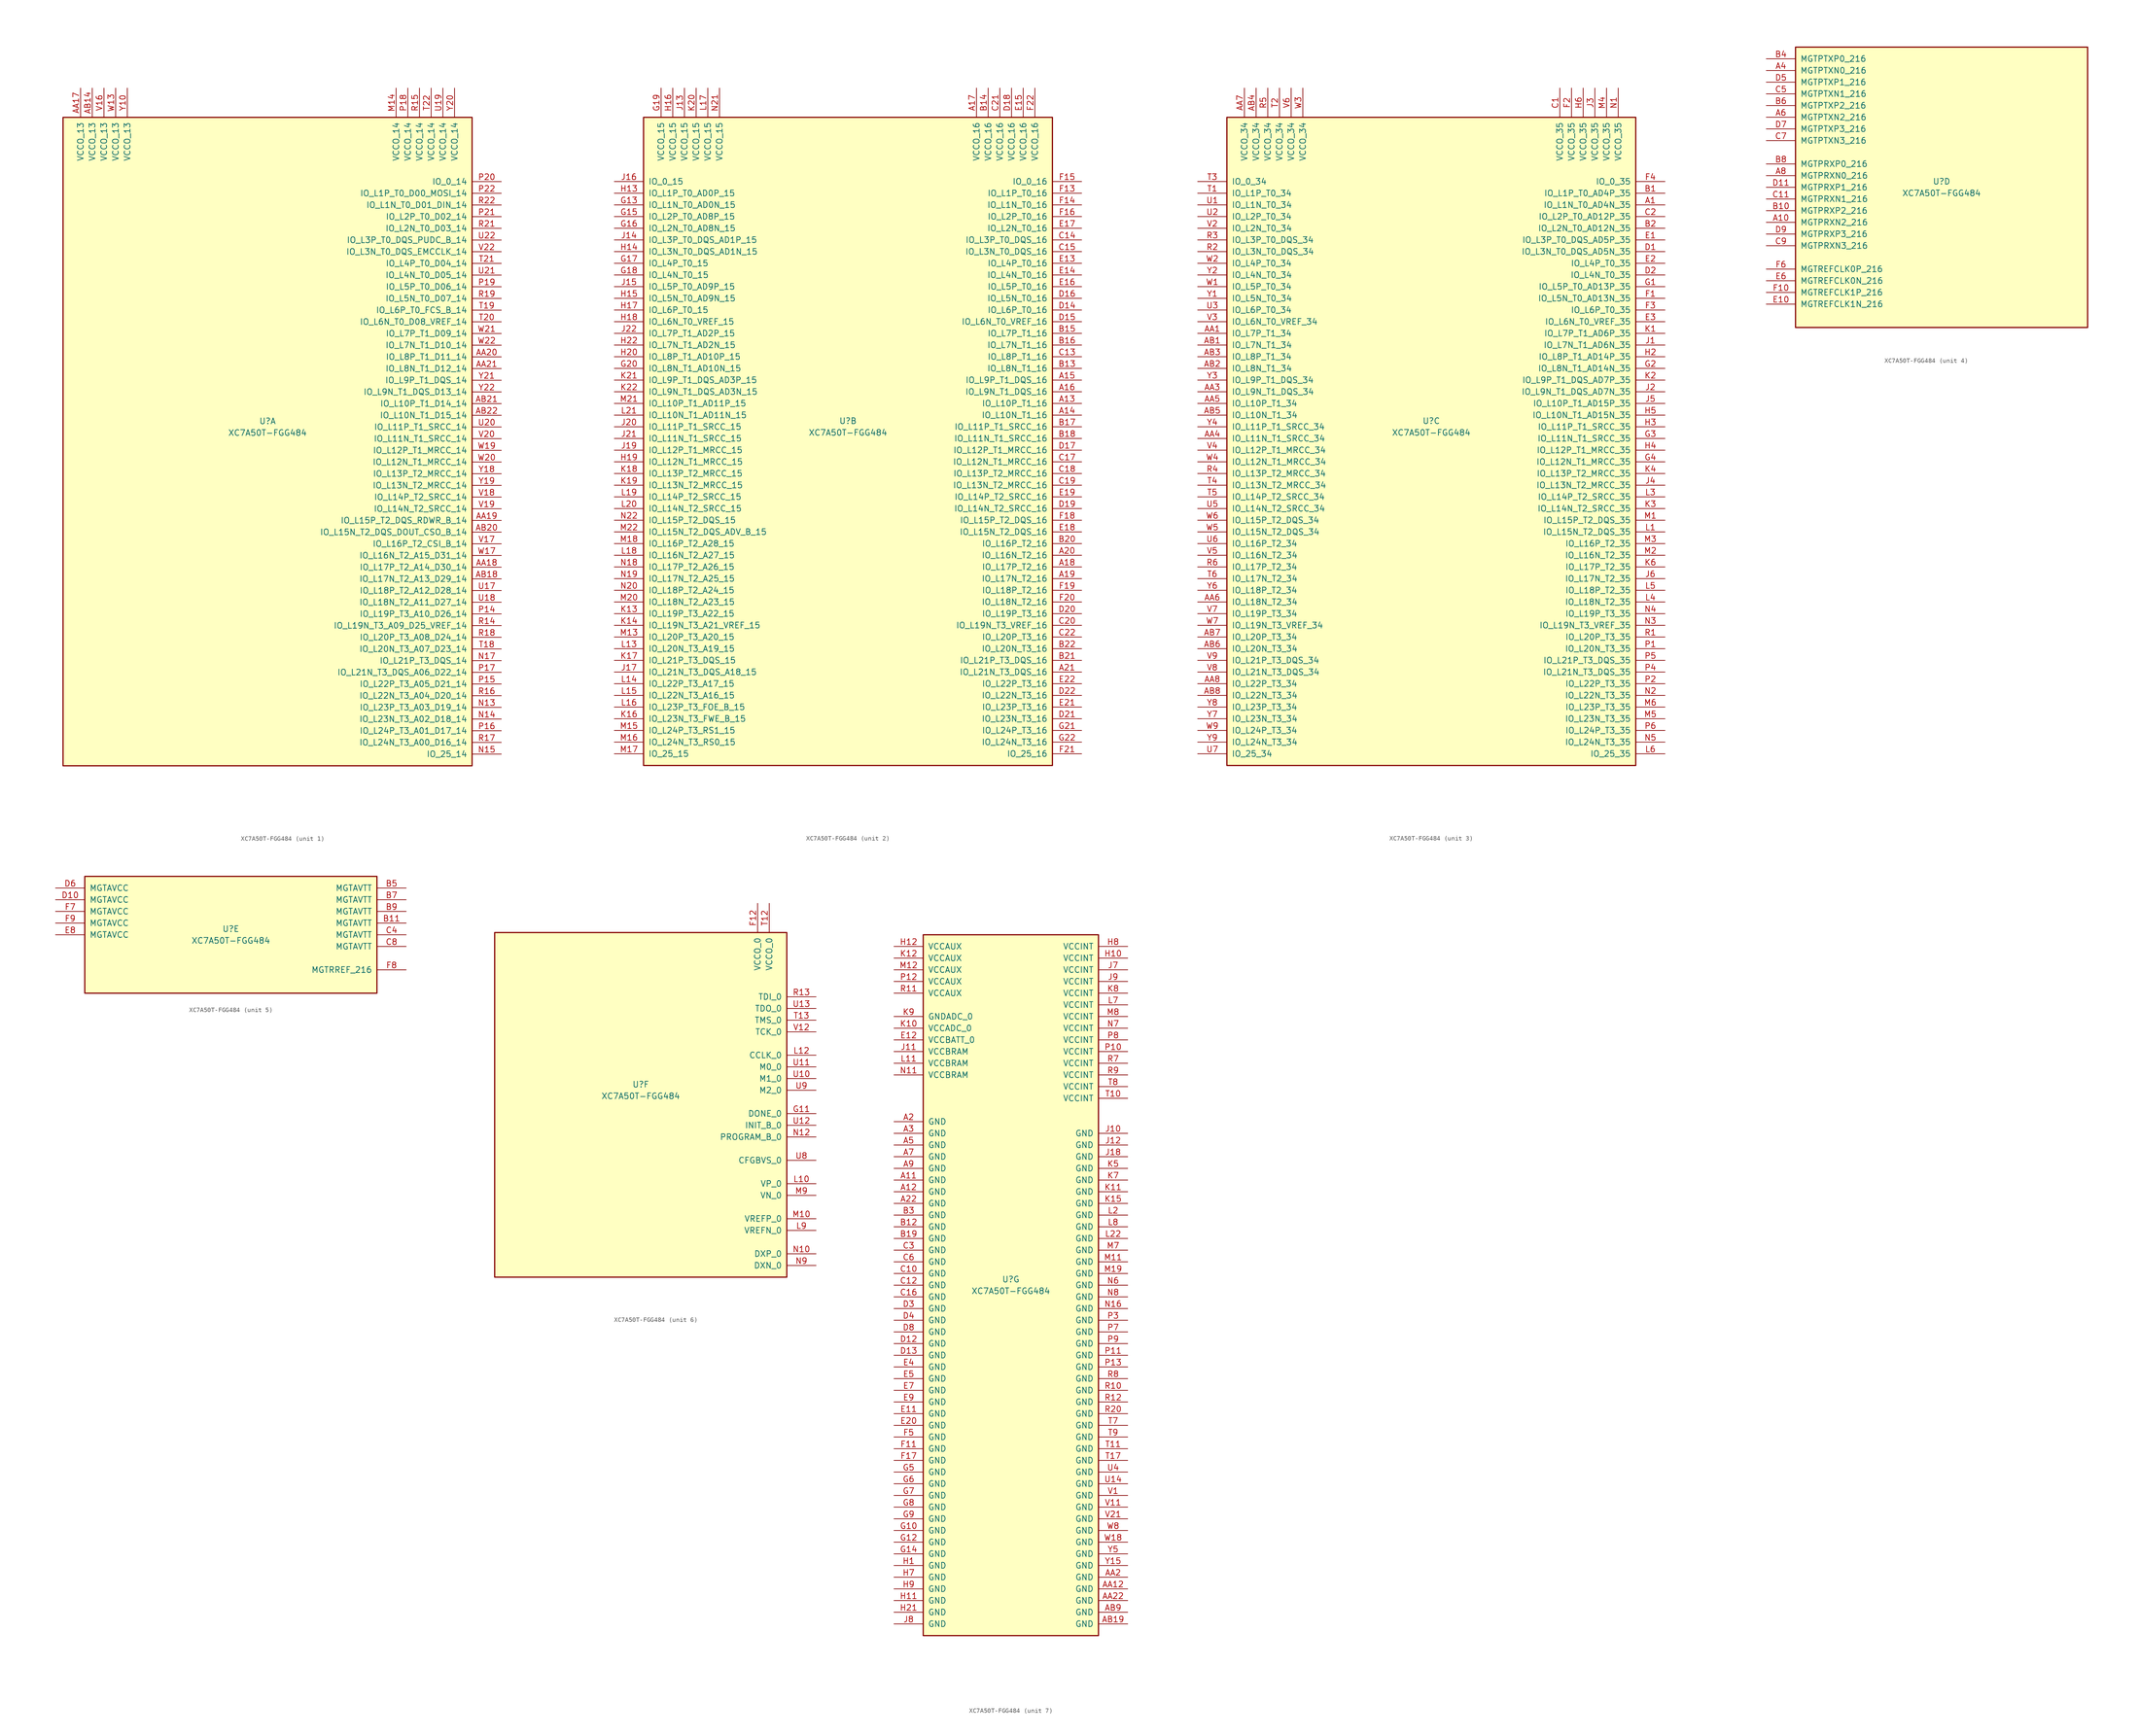
<source format=kicad_sym>
(kicad_symbol_lib
  (version 20201005)
  (generator kicad_symbol_editor)
  (symbol "XC7A50T-FGG484"
    (pin_names
      (offset 1.016))
    (property "Reference" "U"
      (at 0 1.27 0)
      (effects (font (size 1.27 1.27))))
    (property "Value" "XC7A50T-FGG484"
      (at 0 -1.27 0)
      (effects (font (size 1.27 1.27))))
    (property "Datasheet" ""
      (at 0 0 0)
      (effects (font (size 1.27 1.27))))
    (property "ki_locked" ""
      (at 0 0 0)
      (effects (font (size 1.27 1.27))))
    (symbol "XC7A50T-FGG484_1_1"
      (rectangle (start -44.45 67.31) (end 44.45 -73.66) (stroke (width 0.254)) (fill (type background)))
      (pin power_in line (at -40.64 73.66 270) (length 6.35) (name "VCCO_13" (effects (font (size 1.27 1.27)))) (number "AA17" (effects (font (size 1.27 1.27)))))
      (pin bidirectional line (at 50.8 -30.48 180) (length 6.35) (name "IO_L17P_T2_A14_D30_14" (effects (font (size 1.27 1.27)))) (number "AA18" (effects (font (size 1.27 1.27)))))
      (pin bidirectional line (at 50.8 -20.32 180) (length 6.35) (name "IO_L15P_T2_DQS_RDWR_B_14" (effects (font (size 1.27 1.27)))) (number "AA19" (effects (font (size 1.27 1.27)))))
      (pin bidirectional line (at 50.8 15.24 180) (length 6.35) (name "IO_L8P_T1_D11_14" (effects (font (size 1.27 1.27)))) (number "AA20" (effects (font (size 1.27 1.27)))))
      (pin bidirectional line (at 50.8 12.7 180) (length 6.35) (name "IO_L8N_T1_D12_14" (effects (font (size 1.27 1.27)))) (number "AA21" (effects (font (size 1.27 1.27)))))
      (pin power_in line (at -38.1 73.66 270) (length 6.35) (name "VCCO_13" (effects (font (size 1.27 1.27)))) (number "AB14" (effects (font (size 1.27 1.27)))))
      (pin bidirectional line (at 50.8 -33.02 180) (length 6.35) (name "IO_L17N_T2_A13_D29_14" (effects (font (size 1.27 1.27)))) (number "AB18" (effects (font (size 1.27 1.27)))))
      (pin bidirectional line (at 50.8 -22.86 180) (length 6.35) (name "IO_L15N_T2_DQS_DOUT_CSO_B_14" (effects (font (size 1.27 1.27)))) (number "AB20" (effects (font (size 1.27 1.27)))))
      (pin bidirectional line (at 50.8 5.08 180) (length 6.35) (name "IO_L10P_T1_D14_14" (effects (font (size 1.27 1.27)))) (number "AB21" (effects (font (size 1.27 1.27)))))
      (pin bidirectional line (at 50.8 2.54 180) (length 6.35) (name "IO_L10N_T1_D15_14" (effects (font (size 1.27 1.27)))) (number "AB22" (effects (font (size 1.27 1.27)))))
      (pin power_in line (at 27.94 73.66 270) (length 6.35) (name "VCCO_14" (effects (font (size 1.27 1.27)))) (number "M14" (effects (font (size 1.27 1.27)))))
      (pin bidirectional line (at 50.8 -60.96 180) (length 6.35) (name "IO_L23P_T3_A03_D19_14" (effects (font (size 1.27 1.27)))) (number "N13" (effects (font (size 1.27 1.27)))))
      (pin bidirectional line (at 50.8 -63.5 180) (length 6.35) (name "IO_L23N_T3_A02_D18_14" (effects (font (size 1.27 1.27)))) (number "N14" (effects (font (size 1.27 1.27)))))
      (pin bidirectional line (at 50.8 -71.12 180) (length 6.35) (name "IO_25_14" (effects (font (size 1.27 1.27)))) (number "N15" (effects (font (size 1.27 1.27)))))
      (pin bidirectional line (at 50.8 -50.8 180) (length 6.35) (name "IO_L21P_T3_DQS_14" (effects (font (size 1.27 1.27)))) (number "N17" (effects (font (size 1.27 1.27)))))
      (pin bidirectional line (at 50.8 -40.64 180) (length 6.35) (name "IO_L19P_T3_A10_D26_14" (effects (font (size 1.27 1.27)))) (number "P14" (effects (font (size 1.27 1.27)))))
      (pin bidirectional line (at 50.8 -55.88 180) (length 6.35) (name "IO_L22P_T3_A05_D21_14" (effects (font (size 1.27 1.27)))) (number "P15" (effects (font (size 1.27 1.27)))))
      (pin bidirectional line (at 50.8 -66.04 180) (length 6.35) (name "IO_L24P_T3_A01_D17_14" (effects (font (size 1.27 1.27)))) (number "P16" (effects (font (size 1.27 1.27)))))
      (pin bidirectional line (at 50.8 -53.34 180) (length 6.35) (name "IO_L21N_T3_DQS_A06_D22_14" (effects (font (size 1.27 1.27)))) (number "P17" (effects (font (size 1.27 1.27)))))
      (pin power_in line (at 30.48 73.66 270) (length 6.35) (name "VCCO_14" (effects (font (size 1.27 1.27)))) (number "P18" (effects (font (size 1.27 1.27)))))
      (pin bidirectional line (at 50.8 30.48 180) (length 6.35) (name "IO_L5P_T0_D06_14" (effects (font (size 1.27 1.27)))) (number "P19" (effects (font (size 1.27 1.27)))))
      (pin bidirectional line (at 50.8 53.34 180) (length 6.35) (name "IO_0_14" (effects (font (size 1.27 1.27)))) (number "P20" (effects (font (size 1.27 1.27)))))
      (pin bidirectional line (at 50.8 45.72 180) (length 6.35) (name "IO_L2P_T0_D02_14" (effects (font (size 1.27 1.27)))) (number "P21" (effects (font (size 1.27 1.27)))))
      (pin bidirectional line (at 50.8 50.8 180) (length 6.35) (name "IO_L1P_T0_D00_MOSI_14" (effects (font (size 1.27 1.27)))) (number "P22" (effects (font (size 1.27 1.27)))))
      (pin bidirectional line (at 50.8 -43.18 180) (length 6.35) (name "IO_L19N_T3_A09_D25_VREF_14" (effects (font (size 1.27 1.27)))) (number "R14" (effects (font (size 1.27 1.27)))))
      (pin power_in line (at 33.02 73.66 270) (length 6.35) (name "VCCO_14" (effects (font (size 1.27 1.27)))) (number "R15" (effects (font (size 1.27 1.27)))))
      (pin bidirectional line (at 50.8 -58.42 180) (length 6.35) (name "IO_L22N_T3_A04_D20_14" (effects (font (size 1.27 1.27)))) (number "R16" (effects (font (size 1.27 1.27)))))
      (pin bidirectional line (at 50.8 -68.58 180) (length 6.35) (name "IO_L24N_T3_A00_D16_14" (effects (font (size 1.27 1.27)))) (number "R17" (effects (font (size 1.27 1.27)))))
      (pin bidirectional line (at 50.8 -45.72 180) (length 6.35) (name "IO_L20P_T3_A08_D24_14" (effects (font (size 1.27 1.27)))) (number "R18" (effects (font (size 1.27 1.27)))))
      (pin bidirectional line (at 50.8 27.94 180) (length 6.35) (name "IO_L5N_T0_D07_14" (effects (font (size 1.27 1.27)))) (number "R19" (effects (font (size 1.27 1.27)))))
      (pin bidirectional line (at 50.8 43.18 180) (length 6.35) (name "IO_L2N_T0_D03_14" (effects (font (size 1.27 1.27)))) (number "R21" (effects (font (size 1.27 1.27)))))
      (pin bidirectional line (at 50.8 48.26 180) (length 6.35) (name "IO_L1N_T0_D01_DIN_14" (effects (font (size 1.27 1.27)))) (number "R22" (effects (font (size 1.27 1.27)))))
      (pin bidirectional line (at 50.8 -48.26 180) (length 6.35) (name "IO_L20N_T3_A07_D23_14" (effects (font (size 1.27 1.27)))) (number "T18" (effects (font (size 1.27 1.27)))))
      (pin bidirectional line (at 50.8 25.4 180) (length 6.35) (name "IO_L6P_T0_FCS_B_14" (effects (font (size 1.27 1.27)))) (number "T19" (effects (font (size 1.27 1.27)))))
      (pin bidirectional line (at 50.8 22.86 180) (length 6.35) (name "IO_L6N_T0_D08_VREF_14" (effects (font (size 1.27 1.27)))) (number "T20" (effects (font (size 1.27 1.27)))))
      (pin bidirectional line (at 50.8 35.56 180) (length 6.35) (name "IO_L4P_T0_D04_14" (effects (font (size 1.27 1.27)))) (number "T21" (effects (font (size 1.27 1.27)))))
      (pin power_in line (at 35.56 73.66 270) (length 6.35) (name "VCCO_14" (effects (font (size 1.27 1.27)))) (number "T22" (effects (font (size 1.27 1.27)))))
      (pin bidirectional line (at 50.8 -35.56 180) (length 6.35) (name "IO_L18P_T2_A12_D28_14" (effects (font (size 1.27 1.27)))) (number "U17" (effects (font (size 1.27 1.27)))))
      (pin bidirectional line (at 50.8 -38.1 180) (length 6.35) (name "IO_L18N_T2_A11_D27_14" (effects (font (size 1.27 1.27)))) (number "U18" (effects (font (size 1.27 1.27)))))
      (pin power_in line (at 38.1 73.66 270) (length 6.35) (name "VCCO_14" (effects (font (size 1.27 1.27)))) (number "U19" (effects (font (size 1.27 1.27)))))
      (pin bidirectional line (at 50.8 0 180) (length 6.35) (name "IO_L11P_T1_SRCC_14" (effects (font (size 1.27 1.27)))) (number "U20" (effects (font (size 1.27 1.27)))))
      (pin bidirectional line (at 50.8 33.02 180) (length 6.35) (name "IO_L4N_T0_D05_14" (effects (font (size 1.27 1.27)))) (number "U21" (effects (font (size 1.27 1.27)))))
      (pin bidirectional line (at 50.8 40.64 180) (length 6.35) (name "IO_L3P_T0_DQS_PUDC_B_14" (effects (font (size 1.27 1.27)))) (number "U22" (effects (font (size 1.27 1.27)))))
      (pin power_in line (at -35.56 73.66 270) (length 6.35) (name "VCCO_13" (effects (font (size 1.27 1.27)))) (number "V16" (effects (font (size 1.27 1.27)))))
      (pin bidirectional line (at 50.8 -25.4 180) (length 6.35) (name "IO_L16P_T2_CSI_B_14" (effects (font (size 1.27 1.27)))) (number "V17" (effects (font (size 1.27 1.27)))))
      (pin bidirectional line (at 50.8 -15.24 180) (length 6.35) (name "IO_L14P_T2_SRCC_14" (effects (font (size 1.27 1.27)))) (number "V18" (effects (font (size 1.27 1.27)))))
      (pin bidirectional line (at 50.8 -17.78 180) (length 6.35) (name "IO_L14N_T2_SRCC_14" (effects (font (size 1.27 1.27)))) (number "V19" (effects (font (size 1.27 1.27)))))
      (pin bidirectional line (at 50.8 -2.54 180) (length 6.35) (name "IO_L11N_T1_SRCC_14" (effects (font (size 1.27 1.27)))) (number "V20" (effects (font (size 1.27 1.27)))))
      (pin bidirectional line (at 50.8 38.1 180) (length 6.35) (name "IO_L3N_T0_DQS_EMCCLK_14" (effects (font (size 1.27 1.27)))) (number "V22" (effects (font (size 1.27 1.27)))))
      (pin power_in line (at -33.02 73.66 270) (length 6.35) (name "VCCO_13" (effects (font (size 1.27 1.27)))) (number "W13" (effects (font (size 1.27 1.27)))))
      (pin bidirectional line (at 50.8 -27.94 180) (length 6.35) (name "IO_L16N_T2_A15_D31_14" (effects (font (size 1.27 1.27)))) (number "W17" (effects (font (size 1.27 1.27)))))
      (pin bidirectional line (at 50.8 -5.08 180) (length 6.35) (name "IO_L12P_T1_MRCC_14" (effects (font (size 1.27 1.27)))) (number "W19" (effects (font (size 1.27 1.27)))))
      (pin bidirectional line (at 50.8 -7.62 180) (length 6.35) (name "IO_L12N_T1_MRCC_14" (effects (font (size 1.27 1.27)))) (number "W20" (effects (font (size 1.27 1.27)))))
      (pin bidirectional line (at 50.8 20.32 180) (length 6.35) (name "IO_L7P_T1_D09_14" (effects (font (size 1.27 1.27)))) (number "W21" (effects (font (size 1.27 1.27)))))
      (pin bidirectional line (at 50.8 17.78 180) (length 6.35) (name "IO_L7N_T1_D10_14" (effects (font (size 1.27 1.27)))) (number "W22" (effects (font (size 1.27 1.27)))))
      (pin power_in line (at -30.48 73.66 270) (length 6.35) (name "VCCO_13" (effects (font (size 1.27 1.27)))) (number "Y10" (effects (font (size 1.27 1.27)))))
      (pin bidirectional line (at 50.8 -10.16 180) (length 6.35) (name "IO_L13P_T2_MRCC_14" (effects (font (size 1.27 1.27)))) (number "Y18" (effects (font (size 1.27 1.27)))))
      (pin bidirectional line (at 50.8 -12.7 180) (length 6.35) (name "IO_L13N_T2_MRCC_14" (effects (font (size 1.27 1.27)))) (number "Y19" (effects (font (size 1.27 1.27)))))
      (pin power_in line (at 40.64 73.66 270) (length 6.35) (name "VCCO_14" (effects (font (size 1.27 1.27)))) (number "Y20" (effects (font (size 1.27 1.27)))))
      (pin bidirectional line (at 50.8 10.16 180) (length 6.35) (name "IO_L9P_T1_DQS_14" (effects (font (size 1.27 1.27)))) (number "Y21" (effects (font (size 1.27 1.27)))))
      (pin bidirectional line (at 50.8 7.62 180) (length 6.35) (name "IO_L9N_T1_DQS_D13_14" (effects (font (size 1.27 1.27)))) (number "Y22" (effects (font (size 1.27 1.27))))))
    (symbol "XC7A50T-FGG484_2_1"
      (rectangle (start -44.45 67.31) (end 44.45 -73.66) (stroke (width 0.254)) (fill (type background)))
      (pin bidirectional line (at 50.8 5.08 180) (length 6.35) (name "IO_L10P_T1_16" (effects (font (size 1.27 1.27)))) (number "A13" (effects (font (size 1.27 1.27)))))
      (pin bidirectional line (at 50.8 2.54 180) (length 6.35) (name "IO_L10N_T1_16" (effects (font (size 1.27 1.27)))) (number "A14" (effects (font (size 1.27 1.27)))))
      (pin bidirectional line (at 50.8 10.16 180) (length 6.35) (name "IO_L9P_T1_DQS_16" (effects (font (size 1.27 1.27)))) (number "A15" (effects (font (size 1.27 1.27)))))
      (pin bidirectional line (at 50.8 7.62 180) (length 6.35) (name "IO_L9N_T1_DQS_16" (effects (font (size 1.27 1.27)))) (number "A16" (effects (font (size 1.27 1.27)))))
      (pin power_in line (at 27.94 73.66 270) (length 6.35) (name "VCCO_16" (effects (font (size 1.27 1.27)))) (number "A17" (effects (font (size 1.27 1.27)))))
      (pin bidirectional line (at 50.8 -30.48 180) (length 6.35) (name "IO_L17P_T2_16" (effects (font (size 1.27 1.27)))) (number "A18" (effects (font (size 1.27 1.27)))))
      (pin bidirectional line (at 50.8 -33.02 180) (length 6.35) (name "IO_L17N_T2_16" (effects (font (size 1.27 1.27)))) (number "A19" (effects (font (size 1.27 1.27)))))
      (pin bidirectional line (at 50.8 -27.94 180) (length 6.35) (name "IO_L16N_T2_16" (effects (font (size 1.27 1.27)))) (number "A20" (effects (font (size 1.27 1.27)))))
      (pin bidirectional line (at 50.8 -53.34 180) (length 6.35) (name "IO_L21N_T3_DQS_16" (effects (font (size 1.27 1.27)))) (number "A21" (effects (font (size 1.27 1.27)))))
      (pin bidirectional line (at 50.8 12.7 180) (length 6.35) (name "IO_L8N_T1_16" (effects (font (size 1.27 1.27)))) (number "B13" (effects (font (size 1.27 1.27)))))
      (pin power_in line (at 30.48 73.66 270) (length 6.35) (name "VCCO_16" (effects (font (size 1.27 1.27)))) (number "B14" (effects (font (size 1.27 1.27)))))
      (pin bidirectional line (at 50.8 20.32 180) (length 6.35) (name "IO_L7P_T1_16" (effects (font (size 1.27 1.27)))) (number "B15" (effects (font (size 1.27 1.27)))))
      (pin bidirectional line (at 50.8 17.78 180) (length 6.35) (name "IO_L7N_T1_16" (effects (font (size 1.27 1.27)))) (number "B16" (effects (font (size 1.27 1.27)))))
      (pin bidirectional line (at 50.8 0 180) (length 6.35) (name "IO_L11P_T1_SRCC_16" (effects (font (size 1.27 1.27)))) (number "B17" (effects (font (size 1.27 1.27)))))
      (pin bidirectional line (at 50.8 -2.54 180) (length 6.35) (name "IO_L11N_T1_SRCC_16" (effects (font (size 1.27 1.27)))) (number "B18" (effects (font (size 1.27 1.27)))))
      (pin bidirectional line (at 50.8 -25.4 180) (length 6.35) (name "IO_L16P_T2_16" (effects (font (size 1.27 1.27)))) (number "B20" (effects (font (size 1.27 1.27)))))
      (pin bidirectional line (at 50.8 -50.8 180) (length 6.35) (name "IO_L21P_T3_DQS_16" (effects (font (size 1.27 1.27)))) (number "B21" (effects (font (size 1.27 1.27)))))
      (pin bidirectional line (at 50.8 -48.26 180) (length 6.35) (name "IO_L20N_T3_16" (effects (font (size 1.27 1.27)))) (number "B22" (effects (font (size 1.27 1.27)))))
      (pin bidirectional line (at 50.8 15.24 180) (length 6.35) (name "IO_L8P_T1_16" (effects (font (size 1.27 1.27)))) (number "C13" (effects (font (size 1.27 1.27)))))
      (pin bidirectional line (at 50.8 40.64 180) (length 6.35) (name "IO_L3P_T0_DQS_16" (effects (font (size 1.27 1.27)))) (number "C14" (effects (font (size 1.27 1.27)))))
      (pin bidirectional line (at 50.8 38.1 180) (length 6.35) (name "IO_L3N_T0_DQS_16" (effects (font (size 1.27 1.27)))) (number "C15" (effects (font (size 1.27 1.27)))))
      (pin bidirectional line (at 50.8 -7.62 180) (length 6.35) (name "IO_L12N_T1_MRCC_16" (effects (font (size 1.27 1.27)))) (number "C17" (effects (font (size 1.27 1.27)))))
      (pin bidirectional line (at 50.8 -10.16 180) (length 6.35) (name "IO_L13P_T2_MRCC_16" (effects (font (size 1.27 1.27)))) (number "C18" (effects (font (size 1.27 1.27)))))
      (pin bidirectional line (at 50.8 -12.7 180) (length 6.35) (name "IO_L13N_T2_MRCC_16" (effects (font (size 1.27 1.27)))) (number "C19" (effects (font (size 1.27 1.27)))))
      (pin bidirectional line (at 50.8 -43.18 180) (length 6.35) (name "IO_L19N_T3_VREF_16" (effects (font (size 1.27 1.27)))) (number "C20" (effects (font (size 1.27 1.27)))))
      (pin power_in line (at 33.02 73.66 270) (length 6.35) (name "VCCO_16" (effects (font (size 1.27 1.27)))) (number "C21" (effects (font (size 1.27 1.27)))))
      (pin bidirectional line (at 50.8 -45.72 180) (length 6.35) (name "IO_L20P_T3_16" (effects (font (size 1.27 1.27)))) (number "C22" (effects (font (size 1.27 1.27)))))
      (pin bidirectional line (at 50.8 25.4 180) (length 6.35) (name "IO_L6P_T0_16" (effects (font (size 1.27 1.27)))) (number "D14" (effects (font (size 1.27 1.27)))))
      (pin bidirectional line (at 50.8 22.86 180) (length 6.35) (name "IO_L6N_T0_VREF_16" (effects (font (size 1.27 1.27)))) (number "D15" (effects (font (size 1.27 1.27)))))
      (pin bidirectional line (at 50.8 27.94 180) (length 6.35) (name "IO_L5N_T0_16" (effects (font (size 1.27 1.27)))) (number "D16" (effects (font (size 1.27 1.27)))))
      (pin bidirectional line (at 50.8 -5.08 180) (length 6.35) (name "IO_L12P_T1_MRCC_16" (effects (font (size 1.27 1.27)))) (number "D17" (effects (font (size 1.27 1.27)))))
      (pin power_in line (at 35.56 73.66 270) (length 6.35) (name "VCCO_16" (effects (font (size 1.27 1.27)))) (number "D18" (effects (font (size 1.27 1.27)))))
      (pin bidirectional line (at 50.8 -17.78 180) (length 6.35) (name "IO_L14N_T2_SRCC_16" (effects (font (size 1.27 1.27)))) (number "D19" (effects (font (size 1.27 1.27)))))
      (pin bidirectional line (at 50.8 -40.64 180) (length 6.35) (name "IO_L19P_T3_16" (effects (font (size 1.27 1.27)))) (number "D20" (effects (font (size 1.27 1.27)))))
      (pin bidirectional line (at 50.8 -63.5 180) (length 6.35) (name "IO_L23N_T3_16" (effects (font (size 1.27 1.27)))) (number "D21" (effects (font (size 1.27 1.27)))))
      (pin bidirectional line (at 50.8 -58.42 180) (length 6.35) (name "IO_L22N_T3_16" (effects (font (size 1.27 1.27)))) (number "D22" (effects (font (size 1.27 1.27)))))
      (pin bidirectional line (at 50.8 35.56 180) (length 6.35) (name "IO_L4P_T0_16" (effects (font (size 1.27 1.27)))) (number "E13" (effects (font (size 1.27 1.27)))))
      (pin bidirectional line (at 50.8 33.02 180) (length 6.35) (name "IO_L4N_T0_16" (effects (font (size 1.27 1.27)))) (number "E14" (effects (font (size 1.27 1.27)))))
      (pin power_in line (at 38.1 73.66 270) (length 6.35) (name "VCCO_16" (effects (font (size 1.27 1.27)))) (number "E15" (effects (font (size 1.27 1.27)))))
      (pin bidirectional line (at 50.8 30.48 180) (length 6.35) (name "IO_L5P_T0_16" (effects (font (size 1.27 1.27)))) (number "E16" (effects (font (size 1.27 1.27)))))
      (pin bidirectional line (at 50.8 43.18 180) (length 6.35) (name "IO_L2N_T0_16" (effects (font (size 1.27 1.27)))) (number "E17" (effects (font (size 1.27 1.27)))))
      (pin bidirectional line (at 50.8 -22.86 180) (length 6.35) (name "IO_L15N_T2_DQS_16" (effects (font (size 1.27 1.27)))) (number "E18" (effects (font (size 1.27 1.27)))))
      (pin bidirectional line (at 50.8 -15.24 180) (length 6.35) (name "IO_L14P_T2_SRCC_16" (effects (font (size 1.27 1.27)))) (number "E19" (effects (font (size 1.27 1.27)))))
      (pin bidirectional line (at 50.8 -60.96 180) (length 6.35) (name "IO_L23P_T3_16" (effects (font (size 1.27 1.27)))) (number "E21" (effects (font (size 1.27 1.27)))))
      (pin bidirectional line (at 50.8 -55.88 180) (length 6.35) (name "IO_L22P_T3_16" (effects (font (size 1.27 1.27)))) (number "E22" (effects (font (size 1.27 1.27)))))
      (pin bidirectional line (at 50.8 50.8 180) (length 6.35) (name "IO_L1P_T0_16" (effects (font (size 1.27 1.27)))) (number "F13" (effects (font (size 1.27 1.27)))))
      (pin bidirectional line (at 50.8 48.26 180) (length 6.35) (name "IO_L1N_T0_16" (effects (font (size 1.27 1.27)))) (number "F14" (effects (font (size 1.27 1.27)))))
      (pin bidirectional line (at 50.8 53.34 180) (length 6.35) (name "IO_0_16" (effects (font (size 1.27 1.27)))) (number "F15" (effects (font (size 1.27 1.27)))))
      (pin bidirectional line (at 50.8 45.72 180) (length 6.35) (name "IO_L2P_T0_16" (effects (font (size 1.27 1.27)))) (number "F16" (effects (font (size 1.27 1.27)))))
      (pin bidirectional line (at 50.8 -20.32 180) (length 6.35) (name "IO_L15P_T2_DQS_16" (effects (font (size 1.27 1.27)))) (number "F18" (effects (font (size 1.27 1.27)))))
      (pin bidirectional line (at 50.8 -35.56 180) (length 6.35) (name "IO_L18P_T2_16" (effects (font (size 1.27 1.27)))) (number "F19" (effects (font (size 1.27 1.27)))))
      (pin bidirectional line (at 50.8 -38.1 180) (length 6.35) (name "IO_L18N_T2_16" (effects (font (size 1.27 1.27)))) (number "F20" (effects (font (size 1.27 1.27)))))
      (pin bidirectional line (at 50.8 -71.12 180) (length 6.35) (name "IO_25_16" (effects (font (size 1.27 1.27)))) (number "F21" (effects (font (size 1.27 1.27)))))
      (pin power_in line (at 40.64 73.66 270) (length 6.35) (name "VCCO_16" (effects (font (size 1.27 1.27)))) (number "F22" (effects (font (size 1.27 1.27)))))
      (pin bidirectional line (at -50.8 48.26 0) (length 6.35) (name "IO_L1N_T0_AD0N_15" (effects (font (size 1.27 1.27)))) (number "G13" (effects (font (size 1.27 1.27)))))
      (pin bidirectional line (at -50.8 45.72 0) (length 6.35) (name "IO_L2P_T0_AD8P_15" (effects (font (size 1.27 1.27)))) (number "G15" (effects (font (size 1.27 1.27)))))
      (pin bidirectional line (at -50.8 43.18 0) (length 6.35) (name "IO_L2N_T0_AD8N_15" (effects (font (size 1.27 1.27)))) (number "G16" (effects (font (size 1.27 1.27)))))
      (pin bidirectional line (at -50.8 35.56 0) (length 6.35) (name "IO_L4P_T0_15" (effects (font (size 1.27 1.27)))) (number "G17" (effects (font (size 1.27 1.27)))))
      (pin bidirectional line (at -50.8 33.02 0) (length 6.35) (name "IO_L4N_T0_15" (effects (font (size 1.27 1.27)))) (number "G18" (effects (font (size 1.27 1.27)))))
      (pin power_in line (at -40.64 73.66 270) (length 6.35) (name "VCCO_15" (effects (font (size 1.27 1.27)))) (number "G19" (effects (font (size 1.27 1.27)))))
      (pin bidirectional line (at -50.8 12.7 0) (length 6.35) (name "IO_L8N_T1_AD10N_15" (effects (font (size 1.27 1.27)))) (number "G20" (effects (font (size 1.27 1.27)))))
      (pin bidirectional line (at 50.8 -66.04 180) (length 6.35) (name "IO_L24P_T3_16" (effects (font (size 1.27 1.27)))) (number "G21" (effects (font (size 1.27 1.27)))))
      (pin bidirectional line (at 50.8 -68.58 180) (length 6.35) (name "IO_L24N_T3_16" (effects (font (size 1.27 1.27)))) (number "G22" (effects (font (size 1.27 1.27)))))
      (pin bidirectional line (at -50.8 50.8 0) (length 6.35) (name "IO_L1P_T0_AD0P_15" (effects (font (size 1.27 1.27)))) (number "H13" (effects (font (size 1.27 1.27)))))
      (pin bidirectional line (at -50.8 38.1 0) (length 6.35) (name "IO_L3N_T0_DQS_AD1N_15" (effects (font (size 1.27 1.27)))) (number "H14" (effects (font (size 1.27 1.27)))))
      (pin bidirectional line (at -50.8 27.94 0) (length 6.35) (name "IO_L5N_T0_AD9N_15" (effects (font (size 1.27 1.27)))) (number "H15" (effects (font (size 1.27 1.27)))))
      (pin power_in line (at -38.1 73.66 270) (length 6.35) (name "VCCO_15" (effects (font (size 1.27 1.27)))) (number "H16" (effects (font (size 1.27 1.27)))))
      (pin bidirectional line (at -50.8 25.4 0) (length 6.35) (name "IO_L6P_T0_15" (effects (font (size 1.27 1.27)))) (number "H17" (effects (font (size 1.27 1.27)))))
      (pin bidirectional line (at -50.8 22.86 0) (length 6.35) (name "IO_L6N_T0_VREF_15" (effects (font (size 1.27 1.27)))) (number "H18" (effects (font (size 1.27 1.27)))))
      (pin bidirectional line (at -50.8 -7.62 0) (length 6.35) (name "IO_L12N_T1_MRCC_15" (effects (font (size 1.27 1.27)))) (number "H19" (effects (font (size 1.27 1.27)))))
      (pin bidirectional line (at -50.8 15.24 0) (length 6.35) (name "IO_L8P_T1_AD10P_15" (effects (font (size 1.27 1.27)))) (number "H20" (effects (font (size 1.27 1.27)))))
      (pin bidirectional line (at -50.8 17.78 0) (length 6.35) (name "IO_L7N_T1_AD2N_15" (effects (font (size 1.27 1.27)))) (number "H22" (effects (font (size 1.27 1.27)))))
      (pin power_in line (at -35.56 73.66 270) (length 6.35) (name "VCCO_15" (effects (font (size 1.27 1.27)))) (number "J13" (effects (font (size 1.27 1.27)))))
      (pin bidirectional line (at -50.8 40.64 0) (length 6.35) (name "IO_L3P_T0_DQS_AD1P_15" (effects (font (size 1.27 1.27)))) (number "J14" (effects (font (size 1.27 1.27)))))
      (pin bidirectional line (at -50.8 30.48 0) (length 6.35) (name "IO_L5P_T0_AD9P_15" (effects (font (size 1.27 1.27)))) (number "J15" (effects (font (size 1.27 1.27)))))
      (pin bidirectional line (at -50.8 53.34 0) (length 6.35) (name "IO_0_15" (effects (font (size 1.27 1.27)))) (number "J16" (effects (font (size 1.27 1.27)))))
      (pin bidirectional line (at -50.8 -53.34 0) (length 6.35) (name "IO_L21N_T3_DQS_A18_15" (effects (font (size 1.27 1.27)))) (number "J17" (effects (font (size 1.27 1.27)))))
      (pin bidirectional line (at -50.8 -5.08 0) (length 6.35) (name "IO_L12P_T1_MRCC_15" (effects (font (size 1.27 1.27)))) (number "J19" (effects (font (size 1.27 1.27)))))
      (pin bidirectional line (at -50.8 0 0) (length 6.35) (name "IO_L11P_T1_SRCC_15" (effects (font (size 1.27 1.27)))) (number "J20" (effects (font (size 1.27 1.27)))))
      (pin bidirectional line (at -50.8 -2.54 0) (length 6.35) (name "IO_L11N_T1_SRCC_15" (effects (font (size 1.27 1.27)))) (number "J21" (effects (font (size 1.27 1.27)))))
      (pin bidirectional line (at -50.8 20.32 0) (length 6.35) (name "IO_L7P_T1_AD2P_15" (effects (font (size 1.27 1.27)))) (number "J22" (effects (font (size 1.27 1.27)))))
      (pin bidirectional line (at -50.8 -40.64 0) (length 6.35) (name "IO_L19P_T3_A22_15" (effects (font (size 1.27 1.27)))) (number "K13" (effects (font (size 1.27 1.27)))))
      (pin bidirectional line (at -50.8 -43.18 0) (length 6.35) (name "IO_L19N_T3_A21_VREF_15" (effects (font (size 1.27 1.27)))) (number "K14" (effects (font (size 1.27 1.27)))))
      (pin bidirectional line (at -50.8 -63.5 0) (length 6.35) (name "IO_L23N_T3_FWE_B_15" (effects (font (size 1.27 1.27)))) (number "K16" (effects (font (size 1.27 1.27)))))
      (pin bidirectional line (at -50.8 -50.8 0) (length 6.35) (name "IO_L21P_T3_DQS_15" (effects (font (size 1.27 1.27)))) (number "K17" (effects (font (size 1.27 1.27)))))
      (pin bidirectional line (at -50.8 -10.16 0) (length 6.35) (name "IO_L13P_T2_MRCC_15" (effects (font (size 1.27 1.27)))) (number "K18" (effects (font (size 1.27 1.27)))))
      (pin bidirectional line (at -50.8 -12.7 0) (length 6.35) (name "IO_L13N_T2_MRCC_15" (effects (font (size 1.27 1.27)))) (number "K19" (effects (font (size 1.27 1.27)))))
      (pin power_in line (at -33.02 73.66 270) (length 6.35) (name "VCCO_15" (effects (font (size 1.27 1.27)))) (number "K20" (effects (font (size 1.27 1.27)))))
      (pin bidirectional line (at -50.8 10.16 0) (length 6.35) (name "IO_L9P_T1_DQS_AD3P_15" (effects (font (size 1.27 1.27)))) (number "K21" (effects (font (size 1.27 1.27)))))
      (pin bidirectional line (at -50.8 7.62 0) (length 6.35) (name "IO_L9N_T1_DQS_AD3N_15" (effects (font (size 1.27 1.27)))) (number "K22" (effects (font (size 1.27 1.27)))))
      (pin bidirectional line (at -50.8 -48.26 0) (length 6.35) (name "IO_L20N_T3_A19_15" (effects (font (size 1.27 1.27)))) (number "L13" (effects (font (size 1.27 1.27)))))
      (pin bidirectional line (at -50.8 -55.88 0) (length 6.35) (name "IO_L22P_T3_A17_15" (effects (font (size 1.27 1.27)))) (number "L14" (effects (font (size 1.27 1.27)))))
      (pin bidirectional line (at -50.8 -58.42 0) (length 6.35) (name "IO_L22N_T3_A16_15" (effects (font (size 1.27 1.27)))) (number "L15" (effects (font (size 1.27 1.27)))))
      (pin bidirectional line (at -50.8 -60.96 0) (length 6.35) (name "IO_L23P_T3_FOE_B_15" (effects (font (size 1.27 1.27)))) (number "L16" (effects (font (size 1.27 1.27)))))
      (pin power_in line (at -30.48 73.66 270) (length 6.35) (name "VCCO_15" (effects (font (size 1.27 1.27)))) (number "L17" (effects (font (size 1.27 1.27)))))
      (pin bidirectional line (at -50.8 -27.94 0) (length 6.35) (name "IO_L16N_T2_A27_15" (effects (font (size 1.27 1.27)))) (number "L18" (effects (font (size 1.27 1.27)))))
      (pin bidirectional line (at -50.8 -15.24 0) (length 6.35) (name "IO_L14P_T2_SRCC_15" (effects (font (size 1.27 1.27)))) (number "L19" (effects (font (size 1.27 1.27)))))
      (pin bidirectional line (at -50.8 -17.78 0) (length 6.35) (name "IO_L14N_T2_SRCC_15" (effects (font (size 1.27 1.27)))) (number "L20" (effects (font (size 1.27 1.27)))))
      (pin bidirectional line (at -50.8 2.54 0) (length 6.35) (name "IO_L10N_T1_AD11N_15" (effects (font (size 1.27 1.27)))) (number "L21" (effects (font (size 1.27 1.27)))))
      (pin bidirectional line (at -50.8 -45.72 0) (length 6.35) (name "IO_L20P_T3_A20_15" (effects (font (size 1.27 1.27)))) (number "M13" (effects (font (size 1.27 1.27)))))
      (pin bidirectional line (at -50.8 -66.04 0) (length 6.35) (name "IO_L24P_T3_RS1_15" (effects (font (size 1.27 1.27)))) (number "M15" (effects (font (size 1.27 1.27)))))
      (pin bidirectional line (at -50.8 -68.58 0) (length 6.35) (name "IO_L24N_T3_RS0_15" (effects (font (size 1.27 1.27)))) (number "M16" (effects (font (size 1.27 1.27)))))
      (pin bidirectional line (at -50.8 -71.12 0) (length 6.35) (name "IO_25_15" (effects (font (size 1.27 1.27)))) (number "M17" (effects (font (size 1.27 1.27)))))
      (pin bidirectional line (at -50.8 -25.4 0) (length 6.35) (name "IO_L16P_T2_A28_15" (effects (font (size 1.27 1.27)))) (number "M18" (effects (font (size 1.27 1.27)))))
      (pin bidirectional line (at -50.8 -38.1 0) (length 6.35) (name "IO_L18N_T2_A23_15" (effects (font (size 1.27 1.27)))) (number "M20" (effects (font (size 1.27 1.27)))))
      (pin bidirectional line (at -50.8 5.08 0) (length 6.35) (name "IO_L10P_T1_AD11P_15" (effects (font (size 1.27 1.27)))) (number "M21" (effects (font (size 1.27 1.27)))))
      (pin bidirectional line (at -50.8 -22.86 0) (length 6.35) (name "IO_L15N_T2_DQS_ADV_B_15" (effects (font (size 1.27 1.27)))) (number "M22" (effects (font (size 1.27 1.27)))))
      (pin bidirectional line (at -50.8 -30.48 0) (length 6.35) (name "IO_L17P_T2_A26_15" (effects (font (size 1.27 1.27)))) (number "N18" (effects (font (size 1.27 1.27)))))
      (pin bidirectional line (at -50.8 -33.02 0) (length 6.35) (name "IO_L17N_T2_A25_15" (effects (font (size 1.27 1.27)))) (number "N19" (effects (font (size 1.27 1.27)))))
      (pin bidirectional line (at -50.8 -35.56 0) (length 6.35) (name "IO_L18P_T2_A24_15" (effects (font (size 1.27 1.27)))) (number "N20" (effects (font (size 1.27 1.27)))))
      (pin power_in line (at -27.94 73.66 270) (length 6.35) (name "VCCO_15" (effects (font (size 1.27 1.27)))) (number "N21" (effects (font (size 1.27 1.27)))))
      (pin bidirectional line (at -50.8 -20.32 0) (length 6.35) (name "IO_L15P_T2_DQS_15" (effects (font (size 1.27 1.27)))) (number "N22" (effects (font (size 1.27 1.27))))))
    (symbol "XC7A50T-FGG484_3_1"
      (rectangle (start -44.45 67.31) (end 44.45 -73.66) (stroke (width 0.254)) (fill (type background)))
      (pin bidirectional line (at 50.8 48.26 180) (length 6.35) (name "IO_L1N_T0_AD4N_35" (effects (font (size 1.27 1.27)))) (number "A1" (effects (font (size 1.27 1.27)))))
      (pin bidirectional line (at -50.8 20.32 0) (length 6.35) (name "IO_L7P_T1_34" (effects (font (size 1.27 1.27)))) (number "AA1" (effects (font (size 1.27 1.27)))))
      (pin bidirectional line (at -50.8 7.62 0) (length 6.35) (name "IO_L9N_T1_DQS_34" (effects (font (size 1.27 1.27)))) (number "AA3" (effects (font (size 1.27 1.27)))))
      (pin bidirectional line (at -50.8 -2.54 0) (length 6.35) (name "IO_L11N_T1_SRCC_34" (effects (font (size 1.27 1.27)))) (number "AA4" (effects (font (size 1.27 1.27)))))
      (pin bidirectional line (at -50.8 5.08 0) (length 6.35) (name "IO_L10P_T1_34" (effects (font (size 1.27 1.27)))) (number "AA5" (effects (font (size 1.27 1.27)))))
      (pin bidirectional line (at -50.8 -38.1 0) (length 6.35) (name "IO_L18N_T2_34" (effects (font (size 1.27 1.27)))) (number "AA6" (effects (font (size 1.27 1.27)))))
      (pin power_in line (at -40.64 73.66 270) (length 6.35) (name "VCCO_34" (effects (font (size 1.27 1.27)))) (number "AA7" (effects (font (size 1.27 1.27)))))
      (pin bidirectional line (at -50.8 -55.88 0) (length 6.35) (name "IO_L22P_T3_34" (effects (font (size 1.27 1.27)))) (number "AA8" (effects (font (size 1.27 1.27)))))
      (pin bidirectional line (at -50.8 17.78 0) (length 6.35) (name "IO_L7N_T1_34" (effects (font (size 1.27 1.27)))) (number "AB1" (effects (font (size 1.27 1.27)))))
      (pin bidirectional line (at -50.8 12.7 0) (length 6.35) (name "IO_L8N_T1_34" (effects (font (size 1.27 1.27)))) (number "AB2" (effects (font (size 1.27 1.27)))))
      (pin bidirectional line (at -50.8 15.24 0) (length 6.35) (name "IO_L8P_T1_34" (effects (font (size 1.27 1.27)))) (number "AB3" (effects (font (size 1.27 1.27)))))
      (pin power_in line (at -38.1 73.66 270) (length 6.35) (name "VCCO_34" (effects (font (size 1.27 1.27)))) (number "AB4" (effects (font (size 1.27 1.27)))))
      (pin bidirectional line (at -50.8 2.54 0) (length 6.35) (name "IO_L10N_T1_34" (effects (font (size 1.27 1.27)))) (number "AB5" (effects (font (size 1.27 1.27)))))
      (pin bidirectional line (at -50.8 -48.26 0) (length 6.35) (name "IO_L20N_T3_34" (effects (font (size 1.27 1.27)))) (number "AB6" (effects (font (size 1.27 1.27)))))
      (pin bidirectional line (at -50.8 -45.72 0) (length 6.35) (name "IO_L20P_T3_34" (effects (font (size 1.27 1.27)))) (number "AB7" (effects (font (size 1.27 1.27)))))
      (pin bidirectional line (at -50.8 -58.42 0) (length 6.35) (name "IO_L22N_T3_34" (effects (font (size 1.27 1.27)))) (number "AB8" (effects (font (size 1.27 1.27)))))
      (pin bidirectional line (at 50.8 50.8 180) (length 6.35) (name "IO_L1P_T0_AD4P_35" (effects (font (size 1.27 1.27)))) (number "B1" (effects (font (size 1.27 1.27)))))
      (pin bidirectional line (at 50.8 43.18 180) (length 6.35) (name "IO_L2N_T0_AD12N_35" (effects (font (size 1.27 1.27)))) (number "B2" (effects (font (size 1.27 1.27)))))
      (pin power_in line (at 27.94 73.66 270) (length 6.35) (name "VCCO_35" (effects (font (size 1.27 1.27)))) (number "C1" (effects (font (size 1.27 1.27)))))
      (pin bidirectional line (at 50.8 45.72 180) (length 6.35) (name "IO_L2P_T0_AD12P_35" (effects (font (size 1.27 1.27)))) (number "C2" (effects (font (size 1.27 1.27)))))
      (pin bidirectional line (at 50.8 38.1 180) (length 6.35) (name "IO_L3N_T0_DQS_AD5N_35" (effects (font (size 1.27 1.27)))) (number "D1" (effects (font (size 1.27 1.27)))))
      (pin bidirectional line (at 50.8 33.02 180) (length 6.35) (name "IO_L4N_T0_35" (effects (font (size 1.27 1.27)))) (number "D2" (effects (font (size 1.27 1.27)))))
      (pin bidirectional line (at 50.8 40.64 180) (length 6.35) (name "IO_L3P_T0_DQS_AD5P_35" (effects (font (size 1.27 1.27)))) (number "E1" (effects (font (size 1.27 1.27)))))
      (pin bidirectional line (at 50.8 35.56 180) (length 6.35) (name "IO_L4P_T0_35" (effects (font (size 1.27 1.27)))) (number "E2" (effects (font (size 1.27 1.27)))))
      (pin bidirectional line (at 50.8 22.86 180) (length 6.35) (name "IO_L6N_T0_VREF_35" (effects (font (size 1.27 1.27)))) (number "E3" (effects (font (size 1.27 1.27)))))
      (pin bidirectional line (at 50.8 27.94 180) (length 6.35) (name "IO_L5N_T0_AD13N_35" (effects (font (size 1.27 1.27)))) (number "F1" (effects (font (size 1.27 1.27)))))
      (pin power_in line (at 30.48 73.66 270) (length 6.35) (name "VCCO_35" (effects (font (size 1.27 1.27)))) (number "F2" (effects (font (size 1.27 1.27)))))
      (pin bidirectional line (at 50.8 25.4 180) (length 6.35) (name "IO_L6P_T0_35" (effects (font (size 1.27 1.27)))) (number "F3" (effects (font (size 1.27 1.27)))))
      (pin bidirectional line (at 50.8 53.34 180) (length 6.35) (name "IO_0_35" (effects (font (size 1.27 1.27)))) (number "F4" (effects (font (size 1.27 1.27)))))
      (pin bidirectional line (at 50.8 30.48 180) (length 6.35) (name "IO_L5P_T0_AD13P_35" (effects (font (size 1.27 1.27)))) (number "G1" (effects (font (size 1.27 1.27)))))
      (pin bidirectional line (at 50.8 12.7 180) (length 6.35) (name "IO_L8N_T1_AD14N_35" (effects (font (size 1.27 1.27)))) (number "G2" (effects (font (size 1.27 1.27)))))
      (pin bidirectional line (at 50.8 -2.54 180) (length 6.35) (name "IO_L11N_T1_SRCC_35" (effects (font (size 1.27 1.27)))) (number "G3" (effects (font (size 1.27 1.27)))))
      (pin bidirectional line (at 50.8 -7.62 180) (length 6.35) (name "IO_L12N_T1_MRCC_35" (effects (font (size 1.27 1.27)))) (number "G4" (effects (font (size 1.27 1.27)))))
      (pin bidirectional line (at 50.8 15.24 180) (length 6.35) (name "IO_L8P_T1_AD14P_35" (effects (font (size 1.27 1.27)))) (number "H2" (effects (font (size 1.27 1.27)))))
      (pin bidirectional line (at 50.8 0 180) (length 6.35) (name "IO_L11P_T1_SRCC_35" (effects (font (size 1.27 1.27)))) (number "H3" (effects (font (size 1.27 1.27)))))
      (pin bidirectional line (at 50.8 -5.08 180) (length 6.35) (name "IO_L12P_T1_MRCC_35" (effects (font (size 1.27 1.27)))) (number "H4" (effects (font (size 1.27 1.27)))))
      (pin bidirectional line (at 50.8 2.54 180) (length 6.35) (name "IO_L10N_T1_AD15N_35" (effects (font (size 1.27 1.27)))) (number "H5" (effects (font (size 1.27 1.27)))))
      (pin power_in line (at 33.02 73.66 270) (length 6.35) (name "VCCO_35" (effects (font (size 1.27 1.27)))) (number "H6" (effects (font (size 1.27 1.27)))))
      (pin bidirectional line (at 50.8 17.78 180) (length 6.35) (name "IO_L7N_T1_AD6N_35" (effects (font (size 1.27 1.27)))) (number "J1" (effects (font (size 1.27 1.27)))))
      (pin bidirectional line (at 50.8 7.62 180) (length 6.35) (name "IO_L9N_T1_DQS_AD7N_35" (effects (font (size 1.27 1.27)))) (number "J2" (effects (font (size 1.27 1.27)))))
      (pin power_in line (at 35.56 73.66 270) (length 6.35) (name "VCCO_35" (effects (font (size 1.27 1.27)))) (number "J3" (effects (font (size 1.27 1.27)))))
      (pin bidirectional line (at 50.8 -12.7 180) (length 6.35) (name "IO_L13N_T2_MRCC_35" (effects (font (size 1.27 1.27)))) (number "J4" (effects (font (size 1.27 1.27)))))
      (pin bidirectional line (at 50.8 5.08 180) (length 6.35) (name "IO_L10P_T1_AD15P_35" (effects (font (size 1.27 1.27)))) (number "J5" (effects (font (size 1.27 1.27)))))
      (pin bidirectional line (at 50.8 -33.02 180) (length 6.35) (name "IO_L17N_T2_35" (effects (font (size 1.27 1.27)))) (number "J6" (effects (font (size 1.27 1.27)))))
      (pin bidirectional line (at 50.8 20.32 180) (length 6.35) (name "IO_L7P_T1_AD6P_35" (effects (font (size 1.27 1.27)))) (number "K1" (effects (font (size 1.27 1.27)))))
      (pin bidirectional line (at 50.8 10.16 180) (length 6.35) (name "IO_L9P_T1_DQS_AD7P_35" (effects (font (size 1.27 1.27)))) (number "K2" (effects (font (size 1.27 1.27)))))
      (pin bidirectional line (at 50.8 -17.78 180) (length 6.35) (name "IO_L14N_T2_SRCC_35" (effects (font (size 1.27 1.27)))) (number "K3" (effects (font (size 1.27 1.27)))))
      (pin bidirectional line (at 50.8 -10.16 180) (length 6.35) (name "IO_L13P_T2_MRCC_35" (effects (font (size 1.27 1.27)))) (number "K4" (effects (font (size 1.27 1.27)))))
      (pin bidirectional line (at 50.8 -30.48 180) (length 6.35) (name "IO_L17P_T2_35" (effects (font (size 1.27 1.27)))) (number "K6" (effects (font (size 1.27 1.27)))))
      (pin bidirectional line (at 50.8 -22.86 180) (length 6.35) (name "IO_L15N_T2_DQS_35" (effects (font (size 1.27 1.27)))) (number "L1" (effects (font (size 1.27 1.27)))))
      (pin bidirectional line (at 50.8 -15.24 180) (length 6.35) (name "IO_L14P_T2_SRCC_35" (effects (font (size 1.27 1.27)))) (number "L3" (effects (font (size 1.27 1.27)))))
      (pin bidirectional line (at 50.8 -38.1 180) (length 6.35) (name "IO_L18N_T2_35" (effects (font (size 1.27 1.27)))) (number "L4" (effects (font (size 1.27 1.27)))))
      (pin bidirectional line (at 50.8 -35.56 180) (length 6.35) (name "IO_L18P_T2_35" (effects (font (size 1.27 1.27)))) (number "L5" (effects (font (size 1.27 1.27)))))
      (pin bidirectional line (at 50.8 -71.12 180) (length 6.35) (name "IO_25_35" (effects (font (size 1.27 1.27)))) (number "L6" (effects (font (size 1.27 1.27)))))
      (pin bidirectional line (at 50.8 -20.32 180) (length 6.35) (name "IO_L15P_T2_DQS_35" (effects (font (size 1.27 1.27)))) (number "M1" (effects (font (size 1.27 1.27)))))
      (pin bidirectional line (at 50.8 -27.94 180) (length 6.35) (name "IO_L16N_T2_35" (effects (font (size 1.27 1.27)))) (number "M2" (effects (font (size 1.27 1.27)))))
      (pin bidirectional line (at 50.8 -25.4 180) (length 6.35) (name "IO_L16P_T2_35" (effects (font (size 1.27 1.27)))) (number "M3" (effects (font (size 1.27 1.27)))))
      (pin power_in line (at 38.1 73.66 270) (length 6.35) (name "VCCO_35" (effects (font (size 1.27 1.27)))) (number "M4" (effects (font (size 1.27 1.27)))))
      (pin bidirectional line (at 50.8 -63.5 180) (length 6.35) (name "IO_L23N_T3_35" (effects (font (size 1.27 1.27)))) (number "M5" (effects (font (size 1.27 1.27)))))
      (pin bidirectional line (at 50.8 -60.96 180) (length 6.35) (name "IO_L23P_T3_35" (effects (font (size 1.27 1.27)))) (number "M6" (effects (font (size 1.27 1.27)))))
      (pin power_in line (at 40.64 73.66 270) (length 6.35) (name "VCCO_35" (effects (font (size 1.27 1.27)))) (number "N1" (effects (font (size 1.27 1.27)))))
      (pin bidirectional line (at 50.8 -58.42 180) (length 6.35) (name "IO_L22N_T3_35" (effects (font (size 1.27 1.27)))) (number "N2" (effects (font (size 1.27 1.27)))))
      (pin bidirectional line (at 50.8 -43.18 180) (length 6.35) (name "IO_L19N_T3_VREF_35" (effects (font (size 1.27 1.27)))) (number "N3" (effects (font (size 1.27 1.27)))))
      (pin bidirectional line (at 50.8 -40.64 180) (length 6.35) (name "IO_L19P_T3_35" (effects (font (size 1.27 1.27)))) (number "N4" (effects (font (size 1.27 1.27)))))
      (pin bidirectional line (at 50.8 -68.58 180) (length 6.35) (name "IO_L24N_T3_35" (effects (font (size 1.27 1.27)))) (number "N5" (effects (font (size 1.27 1.27)))))
      (pin bidirectional line (at 50.8 -48.26 180) (length 6.35) (name "IO_L20N_T3_35" (effects (font (size 1.27 1.27)))) (number "P1" (effects (font (size 1.27 1.27)))))
      (pin bidirectional line (at 50.8 -55.88 180) (length 6.35) (name "IO_L22P_T3_35" (effects (font (size 1.27 1.27)))) (number "P2" (effects (font (size 1.27 1.27)))))
      (pin bidirectional line (at 50.8 -53.34 180) (length 6.35) (name "IO_L21N_T3_DQS_35" (effects (font (size 1.27 1.27)))) (number "P4" (effects (font (size 1.27 1.27)))))
      (pin bidirectional line (at 50.8 -50.8 180) (length 6.35) (name "IO_L21P_T3_DQS_35" (effects (font (size 1.27 1.27)))) (number "P5" (effects (font (size 1.27 1.27)))))
      (pin bidirectional line (at 50.8 -66.04 180) (length 6.35) (name "IO_L24P_T3_35" (effects (font (size 1.27 1.27)))) (number "P6" (effects (font (size 1.27 1.27)))))
      (pin bidirectional line (at 50.8 -45.72 180) (length 6.35) (name "IO_L20P_T3_35" (effects (font (size 1.27 1.27)))) (number "R1" (effects (font (size 1.27 1.27)))))
      (pin bidirectional line (at -50.8 38.1 0) (length 6.35) (name "IO_L3N_T0_DQS_34" (effects (font (size 1.27 1.27)))) (number "R2" (effects (font (size 1.27 1.27)))))
      (pin bidirectional line (at -50.8 40.64 0) (length 6.35) (name "IO_L3P_T0_DQS_34" (effects (font (size 1.27 1.27)))) (number "R3" (effects (font (size 1.27 1.27)))))
      (pin bidirectional line (at -50.8 -10.16 0) (length 6.35) (name "IO_L13P_T2_MRCC_34" (effects (font (size 1.27 1.27)))) (number "R4" (effects (font (size 1.27 1.27)))))
      (pin power_in line (at -35.56 73.66 270) (length 6.35) (name "VCCO_34" (effects (font (size 1.27 1.27)))) (number "R5" (effects (font (size 1.27 1.27)))))
      (pin bidirectional line (at -50.8 -30.48 0) (length 6.35) (name "IO_L17P_T2_34" (effects (font (size 1.27 1.27)))) (number "R6" (effects (font (size 1.27 1.27)))))
      (pin bidirectional line (at -50.8 50.8 0) (length 6.35) (name "IO_L1P_T0_34" (effects (font (size 1.27 1.27)))) (number "T1" (effects (font (size 1.27 1.27)))))
      (pin power_in line (at -33.02 73.66 270) (length 6.35) (name "VCCO_34" (effects (font (size 1.27 1.27)))) (number "T2" (effects (font (size 1.27 1.27)))))
      (pin bidirectional line (at -50.8 53.34 0) (length 6.35) (name "IO_0_34" (effects (font (size 1.27 1.27)))) (number "T3" (effects (font (size 1.27 1.27)))))
      (pin bidirectional line (at -50.8 -12.7 0) (length 6.35) (name "IO_L13N_T2_MRCC_34" (effects (font (size 1.27 1.27)))) (number "T4" (effects (font (size 1.27 1.27)))))
      (pin bidirectional line (at -50.8 -15.24 0) (length 6.35) (name "IO_L14P_T2_SRCC_34" (effects (font (size 1.27 1.27)))) (number "T5" (effects (font (size 1.27 1.27)))))
      (pin bidirectional line (at -50.8 -33.02 0) (length 6.35) (name "IO_L17N_T2_34" (effects (font (size 1.27 1.27)))) (number "T6" (effects (font (size 1.27 1.27)))))
      (pin bidirectional line (at -50.8 48.26 0) (length 6.35) (name "IO_L1N_T0_34" (effects (font (size 1.27 1.27)))) (number "U1" (effects (font (size 1.27 1.27)))))
      (pin bidirectional line (at -50.8 45.72 0) (length 6.35) (name "IO_L2P_T0_34" (effects (font (size 1.27 1.27)))) (number "U2" (effects (font (size 1.27 1.27)))))
      (pin bidirectional line (at -50.8 25.4 0) (length 6.35) (name "IO_L6P_T0_34" (effects (font (size 1.27 1.27)))) (number "U3" (effects (font (size 1.27 1.27)))))
      (pin bidirectional line (at -50.8 -17.78 0) (length 6.35) (name "IO_L14N_T2_SRCC_34" (effects (font (size 1.27 1.27)))) (number "U5" (effects (font (size 1.27 1.27)))))
      (pin bidirectional line (at -50.8 -25.4 0) (length 6.35) (name "IO_L16P_T2_34" (effects (font (size 1.27 1.27)))) (number "U6" (effects (font (size 1.27 1.27)))))
      (pin bidirectional line (at -50.8 -71.12 0) (length 6.35) (name "IO_25_34" (effects (font (size 1.27 1.27)))) (number "U7" (effects (font (size 1.27 1.27)))))
      (pin bidirectional line (at -50.8 43.18 0) (length 6.35) (name "IO_L2N_T0_34" (effects (font (size 1.27 1.27)))) (number "V2" (effects (font (size 1.27 1.27)))))
      (pin bidirectional line (at -50.8 22.86 0) (length 6.35) (name "IO_L6N_T0_VREF_34" (effects (font (size 1.27 1.27)))) (number "V3" (effects (font (size 1.27 1.27)))))
      (pin bidirectional line (at -50.8 -5.08 0) (length 6.35) (name "IO_L12P_T1_MRCC_34" (effects (font (size 1.27 1.27)))) (number "V4" (effects (font (size 1.27 1.27)))))
      (pin bidirectional line (at -50.8 -27.94 0) (length 6.35) (name "IO_L16N_T2_34" (effects (font (size 1.27 1.27)))) (number "V5" (effects (font (size 1.27 1.27)))))
      (pin power_in line (at -30.48 73.66 270) (length 6.35) (name "VCCO_34" (effects (font (size 1.27 1.27)))) (number "V6" (effects (font (size 1.27 1.27)))))
      (pin bidirectional line (at -50.8 -40.64 0) (length 6.35) (name "IO_L19P_T3_34" (effects (font (size 1.27 1.27)))) (number "V7" (effects (font (size 1.27 1.27)))))
      (pin bidirectional line (at -50.8 -53.34 0) (length 6.35) (name "IO_L21N_T3_DQS_34" (effects (font (size 1.27 1.27)))) (number "V8" (effects (font (size 1.27 1.27)))))
      (pin bidirectional line (at -50.8 -50.8 0) (length 6.35) (name "IO_L21P_T3_DQS_34" (effects (font (size 1.27 1.27)))) (number "V9" (effects (font (size 1.27 1.27)))))
      (pin bidirectional line (at -50.8 30.48 0) (length 6.35) (name "IO_L5P_T0_34" (effects (font (size 1.27 1.27)))) (number "W1" (effects (font (size 1.27 1.27)))))
      (pin bidirectional line (at -50.8 35.56 0) (length 6.35) (name "IO_L4P_T0_34" (effects (font (size 1.27 1.27)))) (number "W2" (effects (font (size 1.27 1.27)))))
      (pin power_in line (at -27.94 73.66 270) (length 6.35) (name "VCCO_34" (effects (font (size 1.27 1.27)))) (number "W3" (effects (font (size 1.27 1.27)))))
      (pin bidirectional line (at -50.8 -7.62 0) (length 6.35) (name "IO_L12N_T1_MRCC_34" (effects (font (size 1.27 1.27)))) (number "W4" (effects (font (size 1.27 1.27)))))
      (pin bidirectional line (at -50.8 -22.86 0) (length 6.35) (name "IO_L15N_T2_DQS_34" (effects (font (size 1.27 1.27)))) (number "W5" (effects (font (size 1.27 1.27)))))
      (pin bidirectional line (at -50.8 -20.32 0) (length 6.35) (name "IO_L15P_T2_DQS_34" (effects (font (size 1.27 1.27)))) (number "W6" (effects (font (size 1.27 1.27)))))
      (pin bidirectional line (at -50.8 -43.18 0) (length 6.35) (name "IO_L19N_T3_VREF_34" (effects (font (size 1.27 1.27)))) (number "W7" (effects (font (size 1.27 1.27)))))
      (pin bidirectional line (at -50.8 -66.04 0) (length 6.35) (name "IO_L24P_T3_34" (effects (font (size 1.27 1.27)))) (number "W9" (effects (font (size 1.27 1.27)))))
      (pin bidirectional line (at -50.8 27.94 0) (length 6.35) (name "IO_L5N_T0_34" (effects (font (size 1.27 1.27)))) (number "Y1" (effects (font (size 1.27 1.27)))))
      (pin bidirectional line (at -50.8 33.02 0) (length 6.35) (name "IO_L4N_T0_34" (effects (font (size 1.27 1.27)))) (number "Y2" (effects (font (size 1.27 1.27)))))
      (pin bidirectional line (at -50.8 10.16 0) (length 6.35) (name "IO_L9P_T1_DQS_34" (effects (font (size 1.27 1.27)))) (number "Y3" (effects (font (size 1.27 1.27)))))
      (pin bidirectional line (at -50.8 0 0) (length 6.35) (name "IO_L11P_T1_SRCC_34" (effects (font (size 1.27 1.27)))) (number "Y4" (effects (font (size 1.27 1.27)))))
      (pin bidirectional line (at -50.8 -35.56 0) (length 6.35) (name "IO_L18P_T2_34" (effects (font (size 1.27 1.27)))) (number "Y6" (effects (font (size 1.27 1.27)))))
      (pin bidirectional line (at -50.8 -63.5 0) (length 6.35) (name "IO_L23N_T3_34" (effects (font (size 1.27 1.27)))) (number "Y7" (effects (font (size 1.27 1.27)))))
      (pin bidirectional line (at -50.8 -60.96 0) (length 6.35) (name "IO_L23P_T3_34" (effects (font (size 1.27 1.27)))) (number "Y8" (effects (font (size 1.27 1.27)))))
      (pin bidirectional line (at -50.8 -68.58 0) (length 6.35) (name "IO_L24N_T3_34" (effects (font (size 1.27 1.27)))) (number "Y9" (effects (font (size 1.27 1.27))))))
    (symbol "XC7A50T-FGG484_4_1"
      (rectangle (start -31.75 30.48) (end 31.75 -30.48) (stroke (width 0.254)) (fill (type background)))
      (pin bidirectional line (at -38.1 -7.62 0) (length 6.35) (name "MGTPRXN2_216" (effects (font (size 1.27 1.27)))) (number "A10" (effects (font (size 1.27 1.27)))))
      (pin bidirectional line (at -38.1 25.4 0) (length 6.35) (name "MGTPTXN0_216" (effects (font (size 1.27 1.27)))) (number "A4" (effects (font (size 1.27 1.27)))))
      (pin bidirectional line (at -38.1 15.24 0) (length 6.35) (name "MGTPTXN2_216" (effects (font (size 1.27 1.27)))) (number "A6" (effects (font (size 1.27 1.27)))))
      (pin bidirectional line (at -38.1 2.54 0) (length 6.35) (name "MGTPRXN0_216" (effects (font (size 1.27 1.27)))) (number "A8" (effects (font (size 1.27 1.27)))))
      (pin bidirectional line (at -38.1 -5.08 0) (length 6.35) (name "MGTPRXP2_216" (effects (font (size 1.27 1.27)))) (number "B10" (effects (font (size 1.27 1.27)))))
      (pin bidirectional line (at -38.1 27.94 0) (length 6.35) (name "MGTPTXP0_216" (effects (font (size 1.27 1.27)))) (number "B4" (effects (font (size 1.27 1.27)))))
      (pin bidirectional line (at -38.1 17.78 0) (length 6.35) (name "MGTPTXP2_216" (effects (font (size 1.27 1.27)))) (number "B6" (effects (font (size 1.27 1.27)))))
      (pin bidirectional line (at -38.1 5.08 0) (length 6.35) (name "MGTPRXP0_216" (effects (font (size 1.27 1.27)))) (number "B8" (effects (font (size 1.27 1.27)))))
      (pin bidirectional line (at -38.1 -2.54 0) (length 6.35) (name "MGTPRXN1_216" (effects (font (size 1.27 1.27)))) (number "C11" (effects (font (size 1.27 1.27)))))
      (pin bidirectional line (at -38.1 20.32 0) (length 6.35) (name "MGTPTXN1_216" (effects (font (size 1.27 1.27)))) (number "C5" (effects (font (size 1.27 1.27)))))
      (pin bidirectional line (at -38.1 10.16 0) (length 6.35) (name "MGTPTXN3_216" (effects (font (size 1.27 1.27)))) (number "C7" (effects (font (size 1.27 1.27)))))
      (pin bidirectional line (at -38.1 -12.7 0) (length 6.35) (name "MGTPRXN3_216" (effects (font (size 1.27 1.27)))) (number "C9" (effects (font (size 1.27 1.27)))))
      (pin bidirectional line (at -38.1 0 0) (length 6.35) (name "MGTPRXP1_216" (effects (font (size 1.27 1.27)))) (number "D11" (effects (font (size 1.27 1.27)))))
      (pin bidirectional line (at -38.1 22.86 0) (length 6.35) (name "MGTPTXP1_216" (effects (font (size 1.27 1.27)))) (number "D5" (effects (font (size 1.27 1.27)))))
      (pin bidirectional line (at -38.1 12.7 0) (length 6.35) (name "MGTPTXP3_216" (effects (font (size 1.27 1.27)))) (number "D7" (effects (font (size 1.27 1.27)))))
      (pin bidirectional line (at -38.1 -10.16 0) (length 6.35) (name "MGTPRXP3_216" (effects (font (size 1.27 1.27)))) (number "D9" (effects (font (size 1.27 1.27)))))
      (pin bidirectional line (at -38.1 -25.4 0) (length 6.35) (name "MGTREFCLK1N_216" (effects (font (size 1.27 1.27)))) (number "E10" (effects (font (size 1.27 1.27)))))
      (pin bidirectional line (at -38.1 -20.32 0) (length 6.35) (name "MGTREFCLK0N_216" (effects (font (size 1.27 1.27)))) (number "E6" (effects (font (size 1.27 1.27)))))
      (pin bidirectional line (at -38.1 -22.86 0) (length 6.35) (name "MGTREFCLK1P_216" (effects (font (size 1.27 1.27)))) (number "F10" (effects (font (size 1.27 1.27)))))
      (pin bidirectional line (at -38.1 -17.78 0) (length 6.35) (name "MGTREFCLK0P_216" (effects (font (size 1.27 1.27)))) (number "F6" (effects (font (size 1.27 1.27))))))
    (symbol "XC7A50T-FGG484_5_1"
      (rectangle (start -31.75 12.7) (end 31.75 -12.7) (stroke (width 0.254)) (fill (type background)))
      (pin power_in line (at 38.1 2.54 180) (length 6.35) (name "MGTAVTT" (effects (font (size 1.27 1.27)))) (number "B11" (effects (font (size 1.27 1.27)))))
      (pin power_in line (at 38.1 10.16 180) (length 6.35) (name "MGTAVTT" (effects (font (size 1.27 1.27)))) (number "B5" (effects (font (size 1.27 1.27)))))
      (pin power_in line (at 38.1 7.62 180) (length 6.35) (name "MGTAVTT" (effects (font (size 1.27 1.27)))) (number "B7" (effects (font (size 1.27 1.27)))))
      (pin power_in line (at 38.1 5.08 180) (length 6.35) (name "MGTAVTT" (effects (font (size 1.27 1.27)))) (number "B9" (effects (font (size 1.27 1.27)))))
      (pin power_in line (at 38.1 0 180) (length 6.35) (name "MGTAVTT" (effects (font (size 1.27 1.27)))) (number "C4" (effects (font (size 1.27 1.27)))))
      (pin power_in line (at 38.1 -2.54 180) (length 6.35) (name "MGTAVTT" (effects (font (size 1.27 1.27)))) (number "C8" (effects (font (size 1.27 1.27)))))
      (pin power_in line (at -38.1 7.62 0) (length 6.35) (name "MGTAVCC" (effects (font (size 1.27 1.27)))) (number "D10" (effects (font (size 1.27 1.27)))))
      (pin power_in line (at -38.1 10.16 0) (length 6.35) (name "MGTAVCC" (effects (font (size 1.27 1.27)))) (number "D6" (effects (font (size 1.27 1.27)))))
      (pin power_in line (at -38.1 0 0) (length 6.35) (name "MGTAVCC" (effects (font (size 1.27 1.27)))) (number "E8" (effects (font (size 1.27 1.27)))))
      (pin power_in line (at -38.1 5.08 0) (length 6.35) (name "MGTAVCC" (effects (font (size 1.27 1.27)))) (number "F7" (effects (font (size 1.27 1.27)))))
      (pin power_in line (at 38.1 -7.62 180) (length 6.35) (name "MGTRREF_216" (effects (font (size 1.27 1.27)))) (number "F8" (effects (font (size 1.27 1.27)))))
      (pin power_in line (at -38.1 2.54 0) (length 6.35) (name "MGTAVCC" (effects (font (size 1.27 1.27)))) (number "F9" (effects (font (size 1.27 1.27))))))
    (symbol "XC7A50T-FGG484_6_1"
      (rectangle (start -31.75 34.29) (end 31.75 -40.64) (stroke (width 0.254)) (fill (type background)))
      (pin power_in line (at 25.4 40.64 270) (length 6.35) (name "VCCO_0" (effects (font (size 1.27 1.27)))) (number "F12" (effects (font (size 1.27 1.27)))))
      (pin bidirectional line (at 38.1 -5.08 180) (length 6.35) (name "DONE_0" (effects (font (size 1.27 1.27)))) (number "G11" (effects (font (size 1.27 1.27)))))
      (pin bidirectional line (at 38.1 -20.32 180) (length 6.35) (name "VP_0" (effects (font (size 1.27 1.27)))) (number "L10" (effects (font (size 1.27 1.27)))))
      (pin bidirectional line (at 38.1 7.62 180) (length 6.35) (name "CCLK_0" (effects (font (size 1.27 1.27)))) (number "L12" (effects (font (size 1.27 1.27)))))
      (pin bidirectional line (at 38.1 -30.48 180) (length 6.35) (name "VREFN_0" (effects (font (size 1.27 1.27)))) (number "L9" (effects (font (size 1.27 1.27)))))
      (pin bidirectional line (at 38.1 -27.94 180) (length 6.35) (name "VREFP_0" (effects (font (size 1.27 1.27)))) (number "M10" (effects (font (size 1.27 1.27)))))
      (pin bidirectional line (at 38.1 -22.86 180) (length 6.35) (name "VN_0" (effects (font (size 1.27 1.27)))) (number "M9" (effects (font (size 1.27 1.27)))))
      (pin bidirectional line (at 38.1 -35.56 180) (length 6.35) (name "DXP_0" (effects (font (size 1.27 1.27)))) (number "N10" (effects (font (size 1.27 1.27)))))
      (pin bidirectional line (at 38.1 -10.16 180) (length 6.35) (name "PROGRAM_B_0" (effects (font (size 1.27 1.27)))) (number "N12" (effects (font (size 1.27 1.27)))))
      (pin bidirectional line (at 38.1 -38.1 180) (length 6.35) (name "DXN_0" (effects (font (size 1.27 1.27)))) (number "N9" (effects (font (size 1.27 1.27)))))
      (pin bidirectional line (at 38.1 20.32 180) (length 6.35) (name "TDI_0" (effects (font (size 1.27 1.27)))) (number "R13" (effects (font (size 1.27 1.27)))))
      (pin power_in line (at 27.94 40.64 270) (length 6.35) (name "VCCO_0" (effects (font (size 1.27 1.27)))) (number "T12" (effects (font (size 1.27 1.27)))))
      (pin bidirectional line (at 38.1 15.24 180) (length 6.35) (name "TMS_0" (effects (font (size 1.27 1.27)))) (number "T13" (effects (font (size 1.27 1.27)))))
      (pin bidirectional line (at 38.1 2.54 180) (length 6.35) (name "M1_0" (effects (font (size 1.27 1.27)))) (number "U10" (effects (font (size 1.27 1.27)))))
      (pin bidirectional line (at 38.1 5.08 180) (length 6.35) (name "M0_0" (effects (font (size 1.27 1.27)))) (number "U11" (effects (font (size 1.27 1.27)))))
      (pin bidirectional line (at 38.1 -7.62 180) (length 6.35) (name "INIT_B_0" (effects (font (size 1.27 1.27)))) (number "U12" (effects (font (size 1.27 1.27)))))
      (pin bidirectional line (at 38.1 17.78 180) (length 6.35) (name "TDO_0" (effects (font (size 1.27 1.27)))) (number "U13" (effects (font (size 1.27 1.27)))))
      (pin bidirectional line (at 38.1 -15.24 180) (length 6.35) (name "CFGBVS_0" (effects (font (size 1.27 1.27)))) (number "U8" (effects (font (size 1.27 1.27)))))
      (pin bidirectional line (at 38.1 0 180) (length 6.35) (name "M2_0" (effects (font (size 1.27 1.27)))) (number "U9" (effects (font (size 1.27 1.27)))))
      (pin bidirectional line (at 38.1 12.7 180) (length 6.35) (name "TCK_0" (effects (font (size 1.27 1.27)))) (number "V12" (effects (font (size 1.27 1.27))))))
    (symbol "XC7A50T-FGG484_7_1"
      (rectangle (start -19.05 76.2) (end 19.05 -76.2) (stroke (width 0.254)) (fill (type background)))
      (pin power_in line (at -25.4 22.86 0) (length 6.35) (name "GND" (effects (font (size 1.27 1.27)))) (number "A11" (effects (font (size 1.27 1.27)))))
      (pin power_in line (at -25.4 20.32 0) (length 6.35) (name "GND" (effects (font (size 1.27 1.27)))) (number "A12" (effects (font (size 1.27 1.27)))))
      (pin power_in line (at -25.4 35.56 0) (length 6.35) (name "GND" (effects (font (size 1.27 1.27)))) (number "A2" (effects (font (size 1.27 1.27)))))
      (pin power_in line (at -25.4 17.78 0) (length 6.35) (name "GND" (effects (font (size 1.27 1.27)))) (number "A22" (effects (font (size 1.27 1.27)))))
      (pin power_in line (at -25.4 33.02 0) (length 6.35) (name "GND" (effects (font (size 1.27 1.27)))) (number "A3" (effects (font (size 1.27 1.27)))))
      (pin power_in line (at -25.4 30.48 0) (length 6.35) (name "GND" (effects (font (size 1.27 1.27)))) (number "A5" (effects (font (size 1.27 1.27)))))
      (pin power_in line (at -25.4 27.94 0) (length 6.35) (name "GND" (effects (font (size 1.27 1.27)))) (number "A7" (effects (font (size 1.27 1.27)))))
      (pin power_in line (at -25.4 25.4 0) (length 6.35) (name "GND" (effects (font (size 1.27 1.27)))) (number "A9" (effects (font (size 1.27 1.27)))))
      (pin power_in line (at 25.4 -66.04 180) (length 6.35) (name "GND" (effects (font (size 1.27 1.27)))) (number "AA12" (effects (font (size 1.27 1.27)))))
      (pin power_in line (at 25.4 -63.5 180) (length 6.35) (name "GND" (effects (font (size 1.27 1.27)))) (number "AA2" (effects (font (size 1.27 1.27)))))
      (pin power_in line (at 25.4 -68.58 180) (length 6.35) (name "GND" (effects (font (size 1.27 1.27)))) (number "AA22" (effects (font (size 1.27 1.27)))))
      (pin power_in line (at 25.4 -73.66 180) (length 6.35) (name "GND" (effects (font (size 1.27 1.27)))) (number "AB19" (effects (font (size 1.27 1.27)))))
      (pin power_in line (at 25.4 -71.12 180) (length 6.35) (name "GND" (effects (font (size 1.27 1.27)))) (number "AB9" (effects (font (size 1.27 1.27)))))
      (pin power_in line (at -25.4 12.7 0) (length 6.35) (name "GND" (effects (font (size 1.27 1.27)))) (number "B12" (effects (font (size 1.27 1.27)))))
      (pin power_in line (at -25.4 10.16 0) (length 6.35) (name "GND" (effects (font (size 1.27 1.27)))) (number "B19" (effects (font (size 1.27 1.27)))))
      (pin power_in line (at -25.4 15.24 0) (length 6.35) (name "GND" (effects (font (size 1.27 1.27)))) (number "B3" (effects (font (size 1.27 1.27)))))
      (pin power_in line (at -25.4 2.54 0) (length 6.35) (name "GND" (effects (font (size 1.27 1.27)))) (number "C10" (effects (font (size 1.27 1.27)))))
      (pin power_in line (at -25.4 0 0) (length 6.35) (name "GND" (effects (font (size 1.27 1.27)))) (number "C12" (effects (font (size 1.27 1.27)))))
      (pin power_in line (at -25.4 -2.54 0) (length 6.35) (name "GND" (effects (font (size 1.27 1.27)))) (number "C16" (effects (font (size 1.27 1.27)))))
      (pin power_in line (at -25.4 7.62 0) (length 6.35) (name "GND" (effects (font (size 1.27 1.27)))) (number "C3" (effects (font (size 1.27 1.27)))))
      (pin power_in line (at -25.4 5.08 0) (length 6.35) (name "GND" (effects (font (size 1.27 1.27)))) (number "C6" (effects (font (size 1.27 1.27)))))
      (pin power_in line (at -25.4 -12.7 0) (length 6.35) (name "GND" (effects (font (size 1.27 1.27)))) (number "D12" (effects (font (size 1.27 1.27)))))
      (pin power_in line (at -25.4 -15.24 0) (length 6.35) (name "GND" (effects (font (size 1.27 1.27)))) (number "D13" (effects (font (size 1.27 1.27)))))
      (pin power_in line (at -25.4 -5.08 0) (length 6.35) (name "GND" (effects (font (size 1.27 1.27)))) (number "D3" (effects (font (size 1.27 1.27)))))
      (pin power_in line (at -25.4 -7.62 0) (length 6.35) (name "GND" (effects (font (size 1.27 1.27)))) (number "D4" (effects (font (size 1.27 1.27)))))
      (pin power_in line (at -25.4 -10.16 0) (length 6.35) (name "GND" (effects (font (size 1.27 1.27)))) (number "D8" (effects (font (size 1.27 1.27)))))
      (pin power_in line (at -25.4 -27.94 0) (length 6.35) (name "GND" (effects (font (size 1.27 1.27)))) (number "E11" (effects (font (size 1.27 1.27)))))
      (pin power_in line (at -25.4 53.34 0) (length 6.35) (name "VCCBATT_0" (effects (font (size 1.27 1.27)))) (number "E12" (effects (font (size 1.27 1.27)))))
      (pin power_in line (at -25.4 -30.48 0) (length 6.35) (name "GND" (effects (font (size 1.27 1.27)))) (number "E20" (effects (font (size 1.27 1.27)))))
      (pin power_in line (at -25.4 -17.78 0) (length 6.35) (name "GND" (effects (font (size 1.27 1.27)))) (number "E4" (effects (font (size 1.27 1.27)))))
      (pin power_in line (at -25.4 -20.32 0) (length 6.35) (name "GND" (effects (font (size 1.27 1.27)))) (number "E5" (effects (font (size 1.27 1.27)))))
      (pin power_in line (at -25.4 -22.86 0) (length 6.35) (name "GND" (effects (font (size 1.27 1.27)))) (number "E7" (effects (font (size 1.27 1.27)))))
      (pin power_in line (at -25.4 -25.4 0) (length 6.35) (name "GND" (effects (font (size 1.27 1.27)))) (number "E9" (effects (font (size 1.27 1.27)))))
      (pin power_in line (at -25.4 -35.56 0) (length 6.35) (name "GND" (effects (font (size 1.27 1.27)))) (number "F11" (effects (font (size 1.27 1.27)))))
      (pin power_in line (at -25.4 -38.1 0) (length 6.35) (name "GND" (effects (font (size 1.27 1.27)))) (number "F17" (effects (font (size 1.27 1.27)))))
      (pin power_in line (at -25.4 -33.02 0) (length 6.35) (name "GND" (effects (font (size 1.27 1.27)))) (number "F5" (effects (font (size 1.27 1.27)))))
      (pin power_in line (at -25.4 -53.34 0) (length 6.35) (name "GND" (effects (font (size 1.27 1.27)))) (number "G10" (effects (font (size 1.27 1.27)))))
      (pin power_in line (at -25.4 -55.88 0) (length 6.35) (name "GND" (effects (font (size 1.27 1.27)))) (number "G12" (effects (font (size 1.27 1.27)))))
      (pin power_in line (at -25.4 -58.42 0) (length 6.35) (name "GND" (effects (font (size 1.27 1.27)))) (number "G14" (effects (font (size 1.27 1.27)))))
      (pin power_in line (at -25.4 -40.64 0) (length 6.35) (name "GND" (effects (font (size 1.27 1.27)))) (number "G5" (effects (font (size 1.27 1.27)))))
      (pin power_in line (at -25.4 -43.18 0) (length 6.35) (name "GND" (effects (font (size 1.27 1.27)))) (number "G6" (effects (font (size 1.27 1.27)))))
      (pin power_in line (at -25.4 -45.72 0) (length 6.35) (name "GND" (effects (font (size 1.27 1.27)))) (number "G7" (effects (font (size 1.27 1.27)))))
      (pin power_in line (at -25.4 -48.26 0) (length 6.35) (name "GND" (effects (font (size 1.27 1.27)))) (number "G8" (effects (font (size 1.27 1.27)))))
      (pin power_in line (at -25.4 -50.8 0) (length 6.35) (name "GND" (effects (font (size 1.27 1.27)))) (number "G9" (effects (font (size 1.27 1.27)))))
      (pin power_in line (at -25.4 -60.96 0) (length 6.35) (name "GND" (effects (font (size 1.27 1.27)))) (number "H1" (effects (font (size 1.27 1.27)))))
      (pin power_in line (at 25.4 71.12 180) (length 6.35) (name "VCCINT" (effects (font (size 1.27 1.27)))) (number "H10" (effects (font (size 1.27 1.27)))))
      (pin power_in line (at -25.4 -68.58 0) (length 6.35) (name "GND" (effects (font (size 1.27 1.27)))) (number "H11" (effects (font (size 1.27 1.27)))))
      (pin power_in line (at -25.4 73.66 0) (length 6.35) (name "VCCAUX" (effects (font (size 1.27 1.27)))) (number "H12" (effects (font (size 1.27 1.27)))))
      (pin power_in line (at -25.4 -71.12 0) (length 6.35) (name "GND" (effects (font (size 1.27 1.27)))) (number "H21" (effects (font (size 1.27 1.27)))))
      (pin power_in line (at -25.4 -63.5 0) (length 6.35) (name "GND" (effects (font (size 1.27 1.27)))) (number "H7" (effects (font (size 1.27 1.27)))))
      (pin power_in line (at 25.4 73.66 180) (length 6.35) (name "VCCINT" (effects (font (size 1.27 1.27)))) (number "H8" (effects (font (size 1.27 1.27)))))
      (pin power_in line (at -25.4 -66.04 0) (length 6.35) (name "GND" (effects (font (size 1.27 1.27)))) (number "H9" (effects (font (size 1.27 1.27)))))
      (pin power_in line (at 25.4 33.02 180) (length 6.35) (name "GND" (effects (font (size 1.27 1.27)))) (number "J10" (effects (font (size 1.27 1.27)))))
      (pin power_in line (at -25.4 50.8 0) (length 6.35) (name "VCCBRAM" (effects (font (size 1.27 1.27)))) (number "J11" (effects (font (size 1.27 1.27)))))
      (pin power_in line (at 25.4 30.48 180) (length 6.35) (name "GND" (effects (font (size 1.27 1.27)))) (number "J12" (effects (font (size 1.27 1.27)))))
      (pin power_in line (at 25.4 27.94 180) (length 6.35) (name "GND" (effects (font (size 1.27 1.27)))) (number "J18" (effects (font (size 1.27 1.27)))))
      (pin power_in line (at 25.4 68.58 180) (length 6.35) (name "VCCINT" (effects (font (size 1.27 1.27)))) (number "J7" (effects (font (size 1.27 1.27)))))
      (pin power_in line (at -25.4 -73.66 0) (length 6.35) (name "GND" (effects (font (size 1.27 1.27)))) (number "J8" (effects (font (size 1.27 1.27)))))
      (pin power_in line (at 25.4 66.04 180) (length 6.35) (name "VCCINT" (effects (font (size 1.27 1.27)))) (number "J9" (effects (font (size 1.27 1.27)))))
      (pin power_in line (at -25.4 55.88 0) (length 6.35) (name "VCCADC_0" (effects (font (size 1.27 1.27)))) (number "K10" (effects (font (size 1.27 1.27)))))
      (pin power_in line (at 25.4 20.32 180) (length 6.35) (name "GND" (effects (font (size 1.27 1.27)))) (number "K11" (effects (font (size 1.27 1.27)))))
      (pin power_in line (at -25.4 71.12 0) (length 6.35) (name "VCCAUX" (effects (font (size 1.27 1.27)))) (number "K12" (effects (font (size 1.27 1.27)))))
      (pin power_in line (at 25.4 17.78 180) (length 6.35) (name "GND" (effects (font (size 1.27 1.27)))) (number "K15" (effects (font (size 1.27 1.27)))))
      (pin power_in line (at 25.4 25.4 180) (length 6.35) (name "GND" (effects (font (size 1.27 1.27)))) (number "K5" (effects (font (size 1.27 1.27)))))
      (pin power_in line (at 25.4 22.86 180) (length 6.35) (name "GND" (effects (font (size 1.27 1.27)))) (number "K7" (effects (font (size 1.27 1.27)))))
      (pin power_in line (at 25.4 63.5 180) (length 6.35) (name "VCCINT" (effects (font (size 1.27 1.27)))) (number "K8" (effects (font (size 1.27 1.27)))))
      (pin power_in line (at -25.4 58.42 0) (length 6.35) (name "GNDADC_0" (effects (font (size 1.27 1.27)))) (number "K9" (effects (font (size 1.27 1.27)))))
      (pin power_in line (at -25.4 48.26 0) (length 6.35) (name "VCCBRAM" (effects (font (size 1.27 1.27)))) (number "L11" (effects (font (size 1.27 1.27)))))
      (pin power_in line (at 25.4 15.24 180) (length 6.35) (name "GND" (effects (font (size 1.27 1.27)))) (number "L2" (effects (font (size 1.27 1.27)))))
      (pin power_in line (at 25.4 10.16 180) (length 6.35) (name "GND" (effects (font (size 1.27 1.27)))) (number "L22" (effects (font (size 1.27 1.27)))))
      (pin power_in line (at 25.4 60.96 180) (length 6.35) (name "VCCINT" (effects (font (size 1.27 1.27)))) (number "L7" (effects (font (size 1.27 1.27)))))
      (pin power_in line (at 25.4 12.7 180) (length 6.35) (name "GND" (effects (font (size 1.27 1.27)))) (number "L8" (effects (font (size 1.27 1.27)))))
      (pin power_in line (at 25.4 5.08 180) (length 6.35) (name "GND" (effects (font (size 1.27 1.27)))) (number "M11" (effects (font (size 1.27 1.27)))))
      (pin power_in line (at -25.4 68.58 0) (length 6.35) (name "VCCAUX" (effects (font (size 1.27 1.27)))) (number "M12" (effects (font (size 1.27 1.27)))))
      (pin power_in line (at 25.4 2.54 180) (length 6.35) (name "GND" (effects (font (size 1.27 1.27)))) (number "M19" (effects (font (size 1.27 1.27)))))
      (pin power_in line (at 25.4 7.62 180) (length 6.35) (name "GND" (effects (font (size 1.27 1.27)))) (number "M7" (effects (font (size 1.27 1.27)))))
      (pin power_in line (at 25.4 58.42 180) (length 6.35) (name "VCCINT" (effects (font (size 1.27 1.27)))) (number "M8" (effects (font (size 1.27 1.27)))))
      (pin power_in line (at -25.4 45.72 0) (length 6.35) (name "VCCBRAM" (effects (font (size 1.27 1.27)))) (number "N11" (effects (font (size 1.27 1.27)))))
      (pin power_in line (at 25.4 -5.08 180) (length 6.35) (name "GND" (effects (font (size 1.27 1.27)))) (number "N16" (effects (font (size 1.27 1.27)))))
      (pin power_in line (at 25.4 0 180) (length 6.35) (name "GND" (effects (font (size 1.27 1.27)))) (number "N6" (effects (font (size 1.27 1.27)))))
      (pin power_in line (at 25.4 55.88 180) (length 6.35) (name "VCCINT" (effects (font (size 1.27 1.27)))) (number "N7" (effects (font (size 1.27 1.27)))))
      (pin power_in line (at 25.4 -2.54 180) (length 6.35) (name "GND" (effects (font (size 1.27 1.27)))) (number "N8" (effects (font (size 1.27 1.27)))))
      (pin power_in line (at 25.4 50.8 180) (length 6.35) (name "VCCINT" (effects (font (size 1.27 1.27)))) (number "P10" (effects (font (size 1.27 1.27)))))
      (pin power_in line (at 25.4 -15.24 180) (length 6.35) (name "GND" (effects (font (size 1.27 1.27)))) (number "P11" (effects (font (size 1.27 1.27)))))
      (pin power_in line (at -25.4 66.04 0) (length 6.35) (name "VCCAUX" (effects (font (size 1.27 1.27)))) (number "P12" (effects (font (size 1.27 1.27)))))
      (pin power_in line (at 25.4 -17.78 180) (length 6.35) (name "GND" (effects (font (size 1.27 1.27)))) (number "P13" (effects (font (size 1.27 1.27)))))
      (pin power_in line (at 25.4 -7.62 180) (length 6.35) (name "GND" (effects (font (size 1.27 1.27)))) (number "P3" (effects (font (size 1.27 1.27)))))
      (pin power_in line (at 25.4 -10.16 180) (length 6.35) (name "GND" (effects (font (size 1.27 1.27)))) (number "P7" (effects (font (size 1.27 1.27)))))
      (pin power_in line (at 25.4 53.34 180) (length 6.35) (name "VCCINT" (effects (font (size 1.27 1.27)))) (number "P8" (effects (font (size 1.27 1.27)))))
      (pin power_in line (at 25.4 -12.7 180) (length 6.35) (name "GND" (effects (font (size 1.27 1.27)))) (number "P9" (effects (font (size 1.27 1.27)))))
      (pin power_in line (at 25.4 -22.86 180) (length 6.35) (name "GND" (effects (font (size 1.27 1.27)))) (number "R10" (effects (font (size 1.27 1.27)))))
      (pin power_in line (at -25.4 63.5 0) (length 6.35) (name "VCCAUX" (effects (font (size 1.27 1.27)))) (number "R11" (effects (font (size 1.27 1.27)))))
      (pin power_in line (at 25.4 -25.4 180) (length 6.35) (name "GND" (effects (font (size 1.27 1.27)))) (number "R12" (effects (font (size 1.27 1.27)))))
      (pin power_in line (at 25.4 -27.94 180) (length 6.35) (name "GND" (effects (font (size 1.27 1.27)))) (number "R20" (effects (font (size 1.27 1.27)))))
      (pin power_in line (at 25.4 48.26 180) (length 6.35) (name "VCCINT" (effects (font (size 1.27 1.27)))) (number "R7" (effects (font (size 1.27 1.27)))))
      (pin power_in line (at 25.4 -20.32 180) (length 6.35) (name "GND" (effects (font (size 1.27 1.27)))) (number "R8" (effects (font (size 1.27 1.27)))))
      (pin power_in line (at 25.4 45.72 180) (length 6.35) (name "VCCINT" (effects (font (size 1.27 1.27)))) (number "R9" (effects (font (size 1.27 1.27)))))
      (pin power_in line (at 25.4 40.64 180) (length 6.35) (name "VCCINT" (effects (font (size 1.27 1.27)))) (number "T10" (effects (font (size 1.27 1.27)))))
      (pin power_in line (at 25.4 -35.56 180) (length 6.35) (name "GND" (effects (font (size 1.27 1.27)))) (number "T11" (effects (font (size 1.27 1.27)))))
      (pin power_in line (at 25.4 -38.1 180) (length 6.35) (name "GND" (effects (font (size 1.27 1.27)))) (number "T17" (effects (font (size 1.27 1.27)))))
      (pin power_in line (at 25.4 -30.48 180) (length 6.35) (name "GND" (effects (font (size 1.27 1.27)))) (number "T7" (effects (font (size 1.27 1.27)))))
      (pin power_in line (at 25.4 43.18 180) (length 6.35) (name "VCCINT" (effects (font (size 1.27 1.27)))) (number "T8" (effects (font (size 1.27 1.27)))))
      (pin power_in line (at 25.4 -33.02 180) (length 6.35) (name "GND" (effects (font (size 1.27 1.27)))) (number "T9" (effects (font (size 1.27 1.27)))))
      (pin power_in line (at 25.4 -43.18 180) (length 6.35) (name "GND" (effects (font (size 1.27 1.27)))) (number "U14" (effects (font (size 1.27 1.27)))))
      (pin power_in line (at 25.4 -40.64 180) (length 6.35) (name "GND" (effects (font (size 1.27 1.27)))) (number "U4" (effects (font (size 1.27 1.27)))))
      (pin power_in line (at 25.4 -45.72 180) (length 6.35) (name "GND" (effects (font (size 1.27 1.27)))) (number "V1" (effects (font (size 1.27 1.27)))))
      (pin power_in line (at 25.4 -48.26 180) (length 6.35) (name "GND" (effects (font (size 1.27 1.27)))) (number "V11" (effects (font (size 1.27 1.27)))))
      (pin power_in line (at 25.4 -50.8 180) (length 6.35) (name "GND" (effects (font (size 1.27 1.27)))) (number "V21" (effects (font (size 1.27 1.27)))))
      (pin power_in line (at 25.4 -55.88 180) (length 6.35) (name "GND" (effects (font (size 1.27 1.27)))) (number "W18" (effects (font (size 1.27 1.27)))))
      (pin power_in line (at 25.4 -53.34 180) (length 6.35) (name "GND" (effects (font (size 1.27 1.27)))) (number "W8" (effects (font (size 1.27 1.27)))))
      (pin power_in line (at 25.4 -60.96 180) (length 6.35) (name "GND" (effects (font (size 1.27 1.27)))) (number "Y15" (effects (font (size 1.27 1.27)))))
      (pin power_in line (at 25.4 -58.42 180) (length 6.35) (name "GND" (effects (font (size 1.27 1.27)))) (number "Y5" (effects (font (size 1.27 1.27))))))))
</source>
